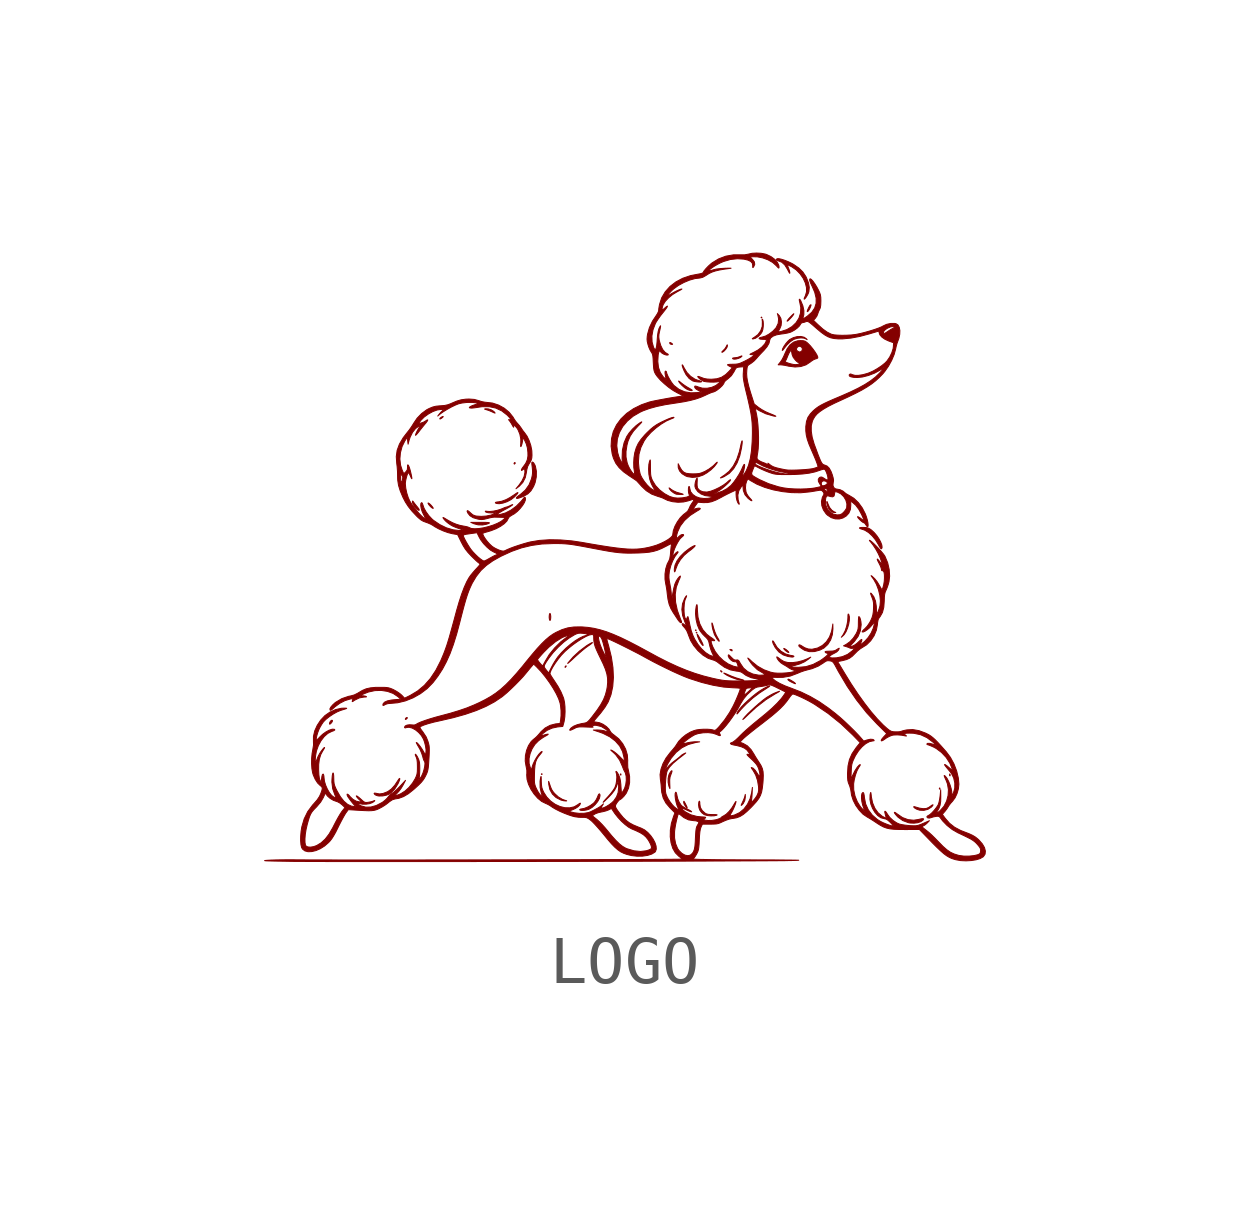
<source format=kicad_sym>
(kicad_symbol_lib
  (version 20220914)
  (generator "bitmap2component")
  (generator_version "9.0")
  (symbol "LOGO"
    (pin_names
      (offset 1.016))
    (property "Reference" "#G"
      (at 0 7.701 0)
      (effects (font (size 1.27 1.27)) hide))
    (symbol "LOGO_0_0"
      (polyline (pts (xy -4.594 -6.03) (xy -4.262 -6.03) (xy -3.92 -6.03) (xy -3.569 -6.03) (xy -3.21 -6.029) (xy -2.846 -6.029) (xy -2.478 -6.029) (xy -2.107 -6.028) (xy -1.736 -6.027) (xy -1.366 -6.027) (xy -0.999 -6.026) (xy -0.636 -6.025) (xy -0.279 -6.025) (xy 0.07 -6.024) (xy 0.41 -6.023) (xy 0.739 -6.022) (xy 1.055 -6.021) (xy 1.357 -6.02) (xy 1.643 -6.019) (xy 1.911 -6.018) (xy 2.16 -6.017) (xy 2.388 -6.016) (xy 2.594 -6.015) (xy 2.775 -6.014) (xy 2.93 -6.013) (xy 3.058 -6.012) (xy 3.156 -6.011) (xy 3.224 -6.009) (xy 3.258 -6.009) (xy 3.334 -6.007) (xy 3.387 -6.005) (xy 3.417 -6.003) (xy 3.422 -6.002) (xy 3.401 -6.001) (xy 3.354 -6) (xy 3.28 -5.999) (xy 3.178 -5.998) (xy 3.047 -5.997) (xy 2.886 -5.996) (xy 2.694 -5.996) (xy 2.471 -5.995) (xy 2.235 -5.994) (xy 2 -5.993) (xy 1.795 -5.992) (xy 1.621 -5.99) (xy 1.478 -5.987) (xy 1.366 -5.985) (xy 1.286 -5.982) (xy 1.237 -5.979) (xy 1.221 -5.976) (xy 1.222 -5.972) (xy 1.235 -5.959) (xy 1.246 -5.95) (xy 1.268 -5.919) (xy 1.295 -5.874) (xy 1.306 -5.853) (xy 1.323 -5.816) (xy 1.334 -5.778) (xy 1.341 -5.731) (xy 1.347 -5.666) (xy 1.351 -5.577) (xy 1.355 -5.5) (xy 1.363 -5.413) (xy 1.374 -5.35) (xy 1.389 -5.308) (xy 1.416 -5.251) (xy 1.575 -5.251) (xy 1.644 -5.25) (xy 1.701 -5.247) (xy 1.747 -5.238) (xy 1.792 -5.221) (xy 1.847 -5.195) (xy 1.849 -5.194) (xy 1.916 -5.166) (xy 1.981 -5.144) (xy 2.031 -5.134) (xy 2.052 -5.132) (xy 2.128 -5.118) (xy 2.197 -5.092) (xy 2.266 -5.05) (xy 2.34 -4.989) (xy 2.427 -4.905) (xy 2.469 -4.861) (xy 2.539 -4.784) (xy 2.59 -4.716) (xy 2.625 -4.651) (xy 2.649 -4.581) (xy 2.664 -4.498) (xy 2.676 -4.394) (xy 2.68 -4.338) (xy 2.684 -4.238) (xy 2.679 -4.157) (xy 2.663 -4.09) (xy 2.634 -4.026) (xy 2.592 -3.959) (xy 2.566 -3.919) (xy 2.522 -3.85) (xy 2.486 -3.788) (xy 2.428 -3.698) (xy 2.352 -3.62) (xy 2.267 -3.571) (xy 2.196 -3.544) (xy 2.266 -3.472) (xy 2.284 -3.456) (xy 2.33 -3.416) (xy 2.395 -3.362) (xy 2.474 -3.299) (xy 2.563 -3.229) (xy 2.656 -3.158) (xy 2.715 -3.112) (xy 2.844 -3.011) (xy 2.949 -2.923) (xy 3.036 -2.844) (xy 3.108 -2.77) (xy 3.168 -2.699) (xy 3.22 -2.627) (xy 3.249 -2.586) (xy 3.279 -2.553) (xy 3.298 -2.54) (xy 3.309 -2.542) (xy 3.35 -2.555) (xy 3.411 -2.58) (xy 3.483 -2.612) (xy 3.561 -2.65) (xy 3.636 -2.689) (xy 3.704 -2.727) (xy 3.754 -2.757) (xy 4.033 -2.945) (xy 4.299 -3.159) (xy 4.545 -3.392) (xy 4.702 -3.554) (xy 4.63 -3.642) (xy 4.614 -3.663) (xy 4.533 -3.783) (xy 4.478 -3.906) (xy 4.448 -4.04) (xy 4.438 -4.193) (xy 4.438 -4.2) (xy 4.439 -4.281) (xy 4.444 -4.34) (xy 4.455 -4.386) (xy 4.472 -4.429) (xy 4.483 -4.455) (xy 4.503 -4.524) (xy 4.514 -4.593) (xy 4.521 -4.646) (xy 4.556 -4.754) (xy 4.61 -4.861) (xy 4.681 -4.96) (xy 4.761 -5.044) (xy 4.847 -5.102) (xy 4.859 -5.109) (xy 4.911 -5.139) (xy 4.974 -5.179) (xy 5.039 -5.222) (xy 5.056 -5.234) (xy 5.125 -5.277) (xy 5.188 -5.31) (xy 5.252 -5.333) (xy 5.323 -5.349) (xy 5.407 -5.358) (xy 5.511 -5.362) (xy 5.642 -5.363) (xy 5.935 -5.362) (xy 6.178 -5.612) (xy 6.203 -5.638) (xy 6.298 -5.733) (xy 6.377 -5.808) (xy 6.443 -5.866) (xy 6.501 -5.909) (xy 6.555 -5.941) (xy 6.609 -5.966) (xy 6.668 -5.985) (xy 6.693 -5.992) (xy 6.795 -6.01) (xy 6.905 -6.015) (xy 7.015 -6.009) (xy 7.116 -5.993) (xy 7.201 -5.967) (xy 7.263 -5.931) (xy 7.267 -5.928) (xy 7.302 -5.876) (xy 7.309 -5.812) (xy 7.29 -5.739) (xy 7.245 -5.662) (xy 7.176 -5.583) (xy 7.156 -5.564) (xy 7.103 -5.521) (xy 7.042 -5.484) (xy 6.966 -5.449) (xy 6.867 -5.411) (xy 6.793 -5.382) (xy 6.667 -5.315) (xy 6.562 -5.232) (xy 6.472 -5.129) (xy 6.412 -5.047) (xy 6.462 -4.99) (xy 6.473 -4.977) (xy 6.51 -4.928) (xy 6.538 -4.883) (xy 6.55 -4.863) (xy 6.585 -4.817) (xy 6.627 -4.771) (xy 6.628 -4.769) (xy 6.678 -4.701) (xy 6.719 -4.612) (xy 6.747 -4.514) (xy 6.757 -4.418) (xy 6.746 -4.293) (xy 6.711 -4.145) (xy 6.655 -3.998) (xy 6.581 -3.861) (xy 6.493 -3.743) (xy 6.468 -3.715) (xy 6.385 -3.621) (xy 6.317 -3.547) (xy 6.262 -3.491) (xy 6.214 -3.448) (xy 6.171 -3.415) (xy 6.129 -3.388) (xy 6.084 -3.365) (xy 6.066 -3.356) (xy 5.927 -3.304) (xy 5.795 -3.281) (xy 5.674 -3.288) (xy 5.638 -3.295) (xy 5.588 -3.307) (xy 5.556 -3.318) (xy 5.537 -3.324) (xy 5.491 -3.329) (xy 5.435 -3.329) (xy 5.394 -3.327) (xy 5.35 -3.318) (xy 5.311 -3.297) (xy 5.262 -3.259) (xy 5.181 -3.186) (xy 5.059 -3.06) (xy 4.928 -2.908) (xy 4.793 -2.734) (xy 4.654 -2.54) (xy 4.515 -2.331) (xy 4.378 -2.109) (xy 4.232 -1.866) (xy 4.329 -1.846) (xy 4.335 -1.845) (xy 4.416 -1.824) (xy 4.479 -1.796) (xy 4.537 -1.754) (xy 4.6 -1.691) (xy 4.647 -1.644) (xy 4.698 -1.603) (xy 4.738 -1.577) (xy 4.834 -1.517) (xy 4.921 -1.431) (xy 4.991 -1.327) (xy 5.039 -1.211) (xy 5.061 -1.092) (xy 5.064 -1.053) (xy 5.076 -0.991) (xy 5.097 -0.952) (xy 5.117 -0.928) (xy 5.165 -0.843) (xy 5.193 -0.735) (xy 5.203 -0.602) (xy 5.205 -0.525) (xy 5.211 -0.466) (xy 5.222 -0.42) (xy 5.24 -0.379) (xy 5.258 -0.338) (xy 5.282 -0.271) (xy 5.301 -0.203) (xy 5.315 -0.087) (xy 5.306 0.051) (xy 5.274 0.192) (xy 5.217 0.328) (xy 5.215 0.331) (xy 5.189 0.369) (xy 5.147 0.42) (xy 5.095 0.478) (xy 5.039 0.537) (xy 4.985 0.591) (xy 4.94 0.632) (xy 4.909 0.655) (xy 4.894 0.661) (xy 4.895 0.653) (xy 4.92 0.625) (xy 4.967 0.566) (xy 5.026 0.477) (xy 5.08 0.379) (xy 5.122 0.284) (xy 5.146 0.216) (xy 5.158 0.174) (xy 5.156 0.16) (xy 5.141 0.173) (xy 5.111 0.211) (xy 5.083 0.248) (xy 5.061 0.27) (xy 5.056 0.265) (xy 5.067 0.234) (xy 5.096 0.178) (xy 5.117 0.136) (xy 5.137 0.087) (xy 5.145 0.053) (xy 5.149 0.03) (xy 5.168 0.026) (xy 5.185 0.021) (xy 5.199 -0.01) (xy 5.206 -0.06) (xy 5.207 -0.123) (xy 5.203 -0.193) (xy 5.192 -0.262) (xy 5.175 -0.326) (xy 5.157 -0.377) (xy 5.106 -0.288) (xy 5.055 -0.204) (xy 5.005 -0.141) (xy 4.95 -0.089) (xy 4.942 -0.083) (xy 4.929 -0.076) (xy 4.936 -0.089) (xy 4.963 -0.126) (xy 4.983 -0.153) (xy 5.039 -0.254) (xy 5.082 -0.368) (xy 5.111 -0.487) (xy 5.122 -0.602) (xy 5.114 -0.701) (xy 5.107 -0.729) (xy 5.091 -0.781) (xy 5.072 -0.829) (xy 5.055 -0.865) (xy 5.043 -0.879) (xy 5.043 -0.878) (xy 5.041 -0.857) (xy 5.04 -0.812) (xy 5.039 -0.753) (xy 5.037 -0.711) (xy 5.02 -0.604) (xy 4.984 -0.513) (xy 4.932 -0.446) (xy 4.922 -0.439) (xy 4.917 -0.443) (xy 4.925 -0.47) (xy 4.945 -0.523) (xy 4.948 -0.53) (xy 4.968 -0.586) (xy 4.978 -0.635) (xy 4.981 -0.691) (xy 4.979 -0.766) (xy 4.975 -0.831) (xy 4.965 -0.895) (xy 4.948 -0.952) (xy 4.92 -1.015) (xy 4.899 -1.054) (xy 4.85 -1.126) (xy 4.8 -1.18) (xy 4.773 -1.204) (xy 4.748 -1.232) (xy 4.742 -1.247) (xy 4.763 -1.25) (xy 4.801 -1.234) (xy 4.847 -1.203) (xy 4.895 -1.163) (xy 4.937 -1.117) (xy 5.003 -1.034) (xy 4.991 -1.107) (xy 4.973 -1.173) (xy 4.93 -1.271) (xy 4.869 -1.364) (xy 4.799 -1.442) (xy 4.77 -1.467) (xy 4.728 -1.499) (xy 4.703 -1.513) (xy 4.697 -1.506) (xy 4.713 -1.478) (xy 4.729 -1.448) (xy 4.738 -1.413) (xy 4.738 -1.412) (xy 4.73 -1.404) (xy 4.707 -1.419) (xy 4.666 -1.457) (xy 4.631 -1.489) (xy 4.581 -1.524) (xy 4.54 -1.544) (xy 4.534 -1.545) (xy 4.498 -1.554) (xy 4.482 -1.555) (xy 4.482 -1.554) (xy 4.495 -1.538) (xy 4.524 -1.506) (xy 4.565 -1.463) (xy 4.581 -1.446) (xy 4.659 -1.339) (xy 4.706 -1.222) (xy 4.722 -1.099) (xy 4.722 -1.096) (xy 4.717 -1.036) (xy 4.706 -0.982) (xy 4.691 -0.943) (xy 4.674 -0.928) (xy 4.673 -0.93) (xy 4.668 -0.954) (xy 4.665 -1.001) (xy 4.664 -1.062) (xy 4.663 -1.131) (xy 4.657 -1.186) (xy 4.643 -1.232) (xy 4.62 -1.282) (xy 4.619 -1.284) (xy 4.559 -1.376) (xy 4.486 -1.454) (xy 4.408 -1.509) (xy 4.355 -1.537) (xy 4.412 -1.554) (xy 4.418 -1.556) (xy 4.461 -1.571) (xy 4.491 -1.585) (xy 4.516 -1.591) (xy 4.556 -1.588) (xy 4.579 -1.583) (xy 4.587 -1.585) (xy 4.576 -1.601) (xy 4.543 -1.636) (xy 4.533 -1.645) (xy 4.441 -1.715) (xy 4.33 -1.763) (xy 4.21 -1.787) (xy 4.198 -1.788) (xy 4.124 -1.79) (xy 4.079 -1.785) (xy 4.062 -1.771) (xy 4.072 -1.748) (xy 4.08 -1.74) (xy 4.116 -1.716) (xy 4.163 -1.692) (xy 4.213 -1.664) (xy 4.251 -1.626) (xy 4.266 -1.588) (xy 4.265 -1.587) (xy 4.249 -1.593) (xy 4.218 -1.613) (xy 4.181 -1.635) (xy 4.133 -1.646) (xy 4.064 -1.649) (xy 4.028 -1.65) (xy 3.987 -1.653) (xy 3.971 -1.66) (xy 3.975 -1.672) (xy 3.986 -1.682) (xy 4.017 -1.693) (xy 4.021 -1.693) (xy 4.036 -1.702) (xy 4.023 -1.726) (xy 3.981 -1.765) (xy 3.911 -1.818) (xy 3.867 -1.848) (xy 3.721 -1.925) (xy 3.571 -1.971) (xy 3.419 -1.985) (xy 3.368 -1.984) (xy 3.306 -1.98) (xy 3.268 -1.973) (xy 3.257 -1.965) (xy 3.274 -1.956) (xy 3.321 -1.947) (xy 3.344 -1.944) (xy 3.443 -1.915) (xy 3.542 -1.87) (xy 3.623 -1.815) (xy 3.672 -1.773) (xy 3.603 -1.807) (xy 3.506 -1.845) (xy 3.398 -1.873) (xy 3.292 -1.887) (xy 3.197 -1.885) (xy 3.122 -1.867) (xy 3.114 -1.863) (xy 3.064 -1.835) (xy 3.016 -1.8) (xy 3.001 -1.788) (xy 2.974 -1.77) (xy 2.963 -1.769) (xy 2.975 -1.804) (xy 3.006 -1.848) (xy 3.05 -1.891) (xy 3.097 -1.923) (xy 3.113 -1.932) (xy 3.17 -1.965) (xy 3.217 -1.997) (xy 3.22 -1.999) (xy 3.271 -2.028) (xy 3.322 -2.046) (xy 3.323 -2.046) (xy 3.357 -2.054) (xy 3.361 -2.061) (xy 3.34 -2.07) (xy 3.324 -2.075) (xy 3.254 -2.09) (xy 3.166 -2.101) (xy 3.071 -2.107) (xy 2.981 -2.107) (xy 2.905 -2.101) (xy 2.833 -2.085) (xy 2.697 -2.036) (xy 2.567 -1.963) (xy 2.455 -1.873) (xy 2.44 -1.859) (xy 2.4 -1.821) (xy 2.372 -1.798) (xy 2.361 -1.792) (xy 2.361 -1.793) (xy 2.372 -1.813) (xy 2.397 -1.851) (xy 2.431 -1.899) (xy 2.461 -1.937) (xy 2.561 -2.034) (xy 2.674 -2.102) (xy 2.676 -2.103) (xy 2.711 -2.123) (xy 2.714 -2.138) (xy 2.685 -2.146) (xy 2.624 -2.149) (xy 2.587 -2.148) (xy 2.467 -2.125) (xy 2.36 -2.075) (xy 2.272 -2.001) (xy 2.205 -1.903) (xy 2.19 -1.874) (xy 2.169 -1.842) (xy 2.149 -1.831) (xy 2.124 -1.833) (xy 2.117 -1.835) (xy 2.089 -1.833) (xy 2.059 -1.815) (xy 2.018 -1.776) (xy 1.994 -1.751) (xy 1.969 -1.728) (xy 1.957 -1.726) (xy 1.954 -1.743) (xy 1.955 -1.755) (xy 1.975 -1.796) (xy 2.011 -1.834) (xy 2.053 -1.862) (xy 2.091 -1.869) (xy 2.112 -1.867) (xy 2.131 -1.881) (xy 2.147 -1.919) (xy 2.15 -1.928) (xy 2.159 -1.964) (xy 2.16 -1.981) (xy 2.151 -1.981) (xy 2.118 -1.975) (xy 2.07 -1.964) (xy 2.057 -1.96) (xy 1.953 -1.915) (xy 1.851 -1.845) (xy 1.759 -1.757) (xy 1.682 -1.656) (xy 1.628 -1.55) (xy 1.615 -1.514) (xy 1.599 -1.464) (xy 1.598 -1.437) (xy 1.612 -1.427) (xy 1.64 -1.429) (xy 1.653 -1.431) (xy 1.671 -1.429) (xy 1.664 -1.415) (xy 1.631 -1.387) (xy 1.57 -1.346) (xy 1.505 -1.295) (xy 1.422 -1.198) (xy 1.361 -1.079) (xy 1.324 -0.941) (xy 1.311 -0.787) (xy 1.311 -0.762) (xy 1.308 -0.705) (xy 1.302 -0.68) (xy 1.294 -0.687) (xy 1.285 -0.725) (xy 1.276 -0.795) (xy 1.273 -0.871) (xy 1.284 -0.986) (xy 1.31 -1.099) (xy 1.349 -1.194) (xy 1.37 -1.229) (xy 1.417 -1.289) (xy 1.468 -1.341) (xy 1.496 -1.367) (xy 1.529 -1.406) (xy 1.548 -1.447) (xy 1.562 -1.506) (xy 1.571 -1.546) (xy 1.593 -1.62) (xy 1.618 -1.682) (xy 1.657 -1.761) (xy 1.617 -1.751) (xy 1.561 -1.73) (xy 1.48 -1.677) (xy 1.399 -1.601) (xy 1.322 -1.506) (xy 1.255 -1.399) (xy 1.218 -1.322) (xy 1.183 -1.224) (xy 1.155 -1.106) (xy 1.144 -1.051) (xy 1.13 -0.99) (xy 1.12 -0.948) (xy 1.114 -0.93) (xy 1.106 -0.935) (xy 1.094 -0.962) (xy 1.079 -1) (xy 1.057 -0.96) (xy 1.052 -0.951) (xy 1.04 -0.9) (xy 1.034 -0.829) (xy 1.033 -0.75) (xy 1.038 -0.671) (xy 1.048 -0.603) (xy 1.064 -0.556) (xy 1.069 -0.546) (xy 1.084 -0.512) (xy 1.087 -0.495) (xy 1.083 -0.496) (xy 1.067 -0.516) (xy 1.045 -0.552) (xy 1.002 -0.661) (xy 0.988 -0.78) (xy 1.004 -0.906) (xy 1.049 -1.035) (xy 1.051 -1.04) (xy 1.071 -1.09) (xy 1.076 -1.119) (xy 1.066 -1.122) (xy 1.042 -1.099) (xy 1.029 -1.086) (xy 1.008 -1.075) (xy 1.001 -1.075) (xy 0.993 -1.09) (xy 1.008 -1.118) (xy 1.043 -1.157) (xy 1.048 -1.162) (xy 1.088 -1.218) (xy 1.118 -1.289) (xy 1.125 -1.311) (xy 1.171 -1.427) (xy 1.234 -1.531) (xy 1.32 -1.635) (xy 1.324 -1.639) (xy 1.428 -1.732) (xy 1.536 -1.798) (xy 1.645 -1.834) (xy 1.666 -1.84) (xy 1.719 -1.868) (xy 1.772 -1.909) (xy 1.877 -1.984) (xy 1.997 -2.038) (xy 2.122 -2.063) (xy 2.167 -2.068) (xy 2.223 -2.083) (xy 2.263 -2.109) (xy 2.325 -2.154) (xy 2.426 -2.199) (xy 2.865 -2.199) (xy 2.876 -2.194) (xy 2.909 -2.193) (xy 2.968 -2.195) (xy 3.093 -2.194) (xy 3.246 -2.167) (xy 3.395 -2.111) (xy 3.463 -2.082) (xy 3.538 -2.056) (xy 3.6 -2.039) (xy 3.7 -2.013) (xy 3.827 -1.961) (xy 3.936 -1.893) (xy 3.953 -1.88) (xy 3.994 -1.855) (xy 4.028 -1.846) (xy 4.071 -1.85) (xy 4.075 -1.851) (xy 4.104 -1.857) (xy 4.127 -1.87) (xy 4.149 -1.894) (xy 4.175 -1.936) (xy 4.21 -2.001) (xy 4.25 -2.075) (xy 4.432 -2.382) (xy 4.627 -2.667) (xy 4.833 -2.928) (xy 5.048 -3.16) (xy 5.255 -3.365) (xy 5.191 -3.433) (xy 5.158 -3.471) (xy 5.139 -3.504) (xy 5.144 -3.517) (xy 5.171 -3.509) (xy 5.22 -3.476) (xy 5.248 -3.456) (xy 5.308 -3.423) (xy 5.361 -3.402) (xy 5.398 -3.395) (xy 5.475 -3.392) (xy 5.56 -3.398) (xy 5.642 -3.413) (xy 5.66 -3.417) (xy 5.665 -3.414) (xy 5.643 -3.396) (xy 5.629 -3.384) (xy 5.622 -3.371) (xy 5.64 -3.361) (xy 5.643 -3.36) (xy 5.677 -3.356) (xy 5.731 -3.355) (xy 5.796 -3.357) (xy 5.821 -3.359) (xy 5.962 -3.389) (xy 6.093 -3.45) (xy 6.215 -3.541) (xy 6.293 -3.612) (xy 6.228 -3.59) (xy 6.196 -3.58) (xy 6.141 -3.568) (xy 6.103 -3.569) (xy 6.09 -3.582) (xy 6.091 -3.588) (xy 6.11 -3.598) (xy 6.11 -3.598) (xy 6.135 -3.605) (xy 6.179 -3.623) (xy 6.233 -3.647) (xy 6.286 -3.676) (xy 6.395 -3.758) (xy 6.492 -3.861) (xy 6.568 -3.979) (xy 6.619 -4.102) (xy 6.623 -4.121) (xy 6.617 -4.124) (xy 6.595 -4.109) (xy 6.553 -4.074) (xy 6.507 -4.035) (xy 6.473 -4.012) (xy 6.459 -4.009) (xy 6.466 -4.027) (xy 6.496 -4.066) (xy 6.51 -4.083) (xy 6.549 -4.13) (xy 6.581 -4.168) (xy 6.603 -4.196) (xy 6.649 -4.29) (xy 6.672 -4.395) (xy 6.671 -4.501) (xy 6.644 -4.6) (xy 6.615 -4.665) (xy 6.608 -4.575) (xy 6.596 -4.51) (xy 6.573 -4.434) (xy 6.543 -4.36) (xy 6.51 -4.297) (xy 6.478 -4.256) (xy 6.464 -4.244) (xy 6.452 -4.237) (xy 6.452 -4.248) (xy 6.465 -4.282) (xy 6.492 -4.341) (xy 6.519 -4.413) (xy 6.539 -4.532) (xy 6.532 -4.654) (xy 6.501 -4.772) (xy 6.446 -4.879) (xy 6.369 -4.967) (xy 6.353 -4.981) (xy 6.312 -5.013) (xy 6.291 -5.022) (xy 6.291 -5.008) (xy 6.313 -4.971) (xy 6.34 -4.926) (xy 6.365 -4.859) (xy 6.378 -4.778) (xy 6.38 -4.675) (xy 6.378 -4.535) (xy 6.367 -4.657) (xy 6.367 -4.657) (xy 6.357 -4.727) (xy 6.344 -4.792) (xy 6.329 -4.84) (xy 6.32 -4.858) (xy 6.287 -4.907) (xy 6.244 -4.962) (xy 6.197 -5.013) (xy 6.153 -5.052) (xy 6.12 -5.072) (xy 6.103 -5.081) (xy 6.09 -5.098) (xy 6.09 -5.1) (xy 6.105 -5.119) (xy 6.138 -5.125) (xy 6.176 -5.116) (xy 6.183 -5.113) (xy 6.226 -5.1) (xy 6.279 -5.09) (xy 6.307 -5.086) (xy 6.338 -5.089) (xy 6.362 -5.107) (xy 6.391 -5.146) (xy 6.418 -5.182) (xy 6.51 -5.277) (xy 6.619 -5.363) (xy 6.737 -5.431) (xy 6.77 -5.446) (xy 6.871 -5.494) (xy 6.948 -5.532) (xy 7.006 -5.562) (xy 7.049 -5.589) (xy 7.083 -5.614) (xy 7.112 -5.64) (xy 7.141 -5.671) (xy 7.169 -5.704) (xy 7.197 -5.742) (xy 7.209 -5.775) (xy 7.21 -5.811) (xy 7.204 -5.847) (xy 7.186 -5.872) (xy 7.146 -5.889) (xy 7.072 -5.906) (xy 6.967 -5.917) (xy 6.858 -5.916) (xy 6.761 -5.903) (xy 6.742 -5.898) (xy 6.658 -5.872) (xy 6.581 -5.836) (xy 6.506 -5.784) (xy 6.426 -5.714) (xy 6.335 -5.621) (xy 6.328 -5.614) (xy 6.261 -5.545) (xy 6.194 -5.479) (xy 6.133 -5.424) (xy 6.085 -5.385) (xy 6.081 -5.382) (xy 6.036 -5.347) (xy 6.004 -5.32) (xy 5.992 -5.305) (xy 5.997 -5.297) (xy 6.021 -5.284) (xy 6.027 -5.282) (xy 6.06 -5.26) (xy 6.097 -5.227) (xy 6.143 -5.179) (xy 6.015 -5.235) (xy 5.957 -5.259) (xy 5.908 -5.276) (xy 5.863 -5.284) (xy 5.811 -5.285) (xy 5.739 -5.282) (xy 5.718 -5.28) (xy 5.641 -5.272) (xy 5.569 -5.261) (xy 5.517 -5.249) (xy 5.465 -5.226) (xy 5.387 -5.175) (xy 5.317 -5.11) (xy 5.267 -5.041) (xy 5.26 -5.028) (xy 5.237 -4.995) (xy 5.221 -4.982) (xy 5.22 -4.982) (xy 5.214 -4.986) (xy 5.214 -5.002) (xy 5.221 -5.035) (xy 5.237 -5.094) (xy 5.247 -5.132) (xy 5.184 -5.099) (xy 5.157 -5.084) (xy 5.074 -5.014) (xy 5.007 -4.92) (xy 4.96 -4.808) (xy 4.934 -4.682) (xy 4.932 -4.654) (xy 4.926 -4.608) (xy 4.922 -4.591) (xy 4.917 -4.599) (xy 4.91 -4.628) (xy 4.907 -4.646) (xy 4.905 -4.737) (xy 4.923 -4.832) (xy 4.959 -4.923) (xy 5.008 -5.005) (xy 5.067 -5.072) (xy 5.133 -5.118) (xy 5.202 -5.137) (xy 5.24 -5.145) (xy 5.281 -5.17) (xy 5.331 -5.216) (xy 5.366 -5.254) (xy 5.388 -5.281) (xy 5.392 -5.292) (xy 5.357 -5.286) (xy 5.301 -5.269) (xy 5.236 -5.245) (xy 5.172 -5.218) (xy 5.119 -5.191) (xy 5.059 -5.154) (xy 4.953 -5.062) (xy 4.871 -4.953) (xy 4.816 -4.832) (xy 4.79 -4.701) (xy 4.785 -4.651) (xy 4.775 -4.606) (xy 4.762 -4.591) (xy 4.758 -4.592) (xy 4.739 -4.611) (xy 4.73 -4.653) (xy 4.729 -4.712) (xy 4.737 -4.782) (xy 4.754 -4.856) (xy 4.779 -4.928) (xy 4.805 -4.99) (xy 4.749 -4.936) (xy 4.708 -4.891) (xy 4.642 -4.786) (xy 4.594 -4.666) (xy 4.567 -4.538) (xy 4.565 -4.411) (xy 4.578 -4.327) (xy 4.603 -4.228) (xy 4.635 -4.139) (xy 4.672 -4.071) (xy 4.686 -4.051) (xy 4.703 -4.02) (xy 4.701 -4.01) (xy 4.68 -4.022) (xy 4.641 -4.064) (xy 4.593 -4.138) (xy 4.547 -4.231) (xy 4.508 -4.323) (xy 4.515 -4.155) (xy 4.515 -4.15) (xy 4.519 -4.073) (xy 4.526 -4.016) (xy 4.538 -3.968) (xy 4.558 -3.917) (xy 4.589 -3.852) (xy 4.604 -3.822) (xy 4.668 -3.723) (xy 4.741 -3.639) (xy 4.818 -3.574) (xy 4.896 -3.532) (xy 4.969 -3.517) (xy 4.992 -3.513) (xy 4.988 -3.5) (xy 4.968 -3.487) (xy 4.915 -3.482) (xy 4.84 -3.499) (xy 4.774 -3.521) (xy 4.713 -3.45) (xy 4.669 -3.401) (xy 4.582 -3.31) (xy 4.481 -3.211) (xy 4.376 -3.111) (xy 4.274 -3.02) (xy 4.184 -2.945) (xy 4.038 -2.832) (xy 3.847 -2.7) (xy 3.659 -2.591) (xy 3.467 -2.498) (xy 3.264 -2.419) (xy 3.139 -2.372) (xy 3.024 -2.319) (xy 2.936 -2.267) (xy 2.877 -2.218) (xy 2.871 -2.211) (xy 2.865 -2.199) (xy 2.426 -2.199) (xy 2.43 -2.201) (xy 2.551 -2.228) (xy 2.662 -2.241) (xy 2.564 -2.256) (xy 2.531 -2.259) (xy 2.462 -2.263) (xy 2.375 -2.267) (xy 2.276 -2.269) (xy 2.174 -2.269) (xy 2.161 -2.269) (xy 2.051 -2.269) (xy 1.964 -2.266) (xy 1.892 -2.261) (xy 1.826 -2.253) (xy 1.757 -2.241) (xy 1.677 -2.224) (xy 1.627 -2.213) (xy 1.441 -2.166) (xy 1.261 -2.111) (xy 1.081 -2.046) (xy 0.897 -1.97) (xy 0.702 -1.88) (xy 0.493 -1.774) (xy 0.263 -1.649) (xy 0.073 -1.546) (xy -0.118 -1.447) (xy -0.289 -1.364) (xy -0.444 -1.297) (xy -0.585 -1.243) (xy -0.716 -1.203) (xy -0.842 -1.173) (xy -0.964 -1.154) (xy -1.086 -1.144) (xy -1.117 -1.143) (xy -1.26 -1.145) (xy -1.386 -1.163) (xy -1.508 -1.2) (xy -1.635 -1.259) (xy -1.696 -1.294) (xy -1.77 -1.346) (xy -1.847 -1.411) (xy -1.931 -1.493) (xy -2.025 -1.594) (xy -2.13 -1.717) (xy -2.219 -1.825) (xy -2.019 -1.825) (xy -2.009 -1.809) (xy -1.98 -1.775) (xy -1.938 -1.727) (xy -1.887 -1.671) (xy -1.782 -1.566) (xy -1.64 -1.449) (xy -1.502 -1.364) (xy -1.368 -1.311) (xy -1.367 -1.311) (xy -1.349 -1.308) (xy -1.357 -1.319) (xy -1.392 -1.345) (xy -1.533 -1.454) (xy -1.662 -1.582) (xy -1.773 -1.719) (xy -1.857 -1.858) (xy -1.882 -1.905) (xy -1.902 -1.94) (xy -1.912 -1.954) (xy -1.913 -1.954) (xy -1.929 -1.94) (xy -1.957 -1.91) (xy -1.986 -1.875) (xy -2.009 -1.843) (xy -2.019 -1.825) (xy -2.219 -1.825) (xy -2.251 -1.864) (xy -2.328 -1.96) (xy -2.454 -2.109) (xy -2.569 -2.237) (xy -2.676 -2.345) (xy -2.779 -2.438) (xy -2.882 -2.519) (xy -2.99 -2.591) (xy -3.104 -2.656) (xy -3.231 -2.72) (xy -3.337 -2.768) (xy -3.488 -2.83) (xy -3.651 -2.886) (xy -3.832 -2.941) (xy -4.038 -2.996) (xy -4.139 -3.023) (xy -4.254 -3.057) (xy -4.358 -3.091) (xy -4.446 -3.123) (xy -4.513 -3.153) (xy -4.553 -3.177) (xy -4.554 -3.178) (xy -4.587 -3.187) (xy -4.636 -3.184) (xy -4.683 -3.181) (xy -4.734 -3.188) (xy -4.772 -3.206) (xy -4.787 -3.231) (xy -4.786 -3.24) (xy -4.773 -3.247) (xy -4.739 -3.238) (xy -4.693 -3.233) (xy -4.628 -3.25) (xy -4.56 -3.287) (xy -4.494 -3.341) (xy -4.436 -3.406) (xy -4.394 -3.478) (xy -4.371 -3.539) (xy -4.35 -3.623) (xy -4.339 -3.701) (xy -4.342 -3.762) (xy -4.352 -3.812) (xy -4.405 -3.717) (xy -4.419 -3.695) (xy -4.45 -3.648) (xy -4.483 -3.604) (xy -4.513 -3.57) (xy -4.535 -3.551) (xy -4.543 -3.553) (xy -4.535 -3.57) (xy -4.515 -3.607) (xy -4.487 -3.655) (xy -4.461 -3.702) (xy -4.431 -3.773) (xy -4.41 -3.837) (xy -4.401 -3.873) (xy -4.388 -3.914) (xy -4.377 -3.934) (xy -4.367 -3.949) (xy -4.361 -3.99) (xy -4.367 -4.049) (xy -4.382 -4.117) (xy -4.403 -4.186) (xy -4.431 -4.249) (xy -4.462 -4.298) (xy -4.495 -4.339) (xy -4.482 -4.29) (xy -4.48 -4.28) (xy -4.475 -4.232) (xy -4.471 -4.167) (xy -4.47 -4.095) (xy -4.471 -4.025) (xy -4.476 -3.965) (xy -4.488 -3.917) (xy -4.508 -3.871) (xy -4.523 -3.841) (xy -4.546 -3.807) (xy -4.561 -3.794) (xy -4.563 -3.795) (xy -4.562 -3.813) (xy -4.548 -3.847) (xy -4.541 -3.861) (xy -4.528 -3.906) (xy -4.521 -3.967) (xy -4.519 -4.054) (xy -4.519 -4.096) (xy -4.521 -4.161) (xy -4.528 -4.21) (xy -4.542 -4.253) (xy -4.564 -4.303) (xy -4.62 -4.395) (xy -4.694 -4.486) (xy -4.777 -4.562) (xy -4.86 -4.615) (xy -4.91 -4.637) (xy -4.957 -4.654) (xy -4.977 -4.653) (xy -4.97 -4.635) (xy -4.936 -4.6) (xy -4.902 -4.563) (xy -4.858 -4.504) (xy -4.82 -4.441) (xy -4.767 -4.339) (xy -4.876 -4.457) (xy -4.901 -4.483) (xy -4.956 -4.537) (xy -5.006 -4.581) (xy -5.044 -4.608) (xy -5.054 -4.614) (xy -5.099 -4.65) (xy -5.131 -4.688) (xy -5.147 -4.709) (xy -5.187 -4.749) (xy -5.235 -4.787) (xy -5.256 -4.801) (xy -5.373 -4.862) (xy -5.486 -4.894) (xy -5.594 -4.897) (xy -5.693 -4.87) (xy -5.729 -4.851) (xy -5.76 -4.831) (xy -5.775 -4.816) (xy -5.769 -4.811) (xy -5.739 -4.819) (xy -5.731 -4.822) (xy -5.664 -4.835) (xy -5.587 -4.835) (xy -5.514 -4.824) (xy -5.459 -4.803) (xy -5.456 -4.802) (xy -5.423 -4.779) (xy -5.407 -4.763) (xy -5.409 -4.758) (xy -5.434 -4.768) (xy -5.445 -4.773) (xy -5.487 -4.785) (xy -5.539 -4.795) (xy -5.559 -4.798) (xy -5.594 -4.8) (xy -5.622 -4.792) (xy -5.653 -4.77) (xy -5.698 -4.729) (xy -5.701 -4.726) (xy -5.743 -4.69) (xy -5.775 -4.667) (xy -5.791 -4.662) (xy -5.79 -4.67) (xy -5.773 -4.696) (xy -5.741 -4.73) (xy -5.68 -4.787) (xy -5.724 -4.787) (xy -5.792 -4.773) (xy -5.861 -4.735) (xy -5.919 -4.68) (xy -5.946 -4.647) (xy -5.971 -4.627) (xy -5.984 -4.628) (xy -5.98 -4.653) (xy -5.965 -4.682) (xy -5.935 -4.725) (xy -5.899 -4.774) (xy -5.861 -4.821) (xy -5.829 -4.857) (xy -5.809 -4.874) (xy -5.808 -4.874) (xy -5.808 -4.88) (xy -5.834 -4.883) (xy -5.892 -4.876) (xy -5.971 -4.84) (xy -6.049 -4.774) (xy -6.123 -4.68) (xy -6.192 -4.56) (xy -6.216 -4.512) (xy -6.24 -4.456) (xy -6.253 -4.41) (xy -6.259 -4.36) (xy -6.261 -4.296) (xy -6.262 -4.247) (xy -6.267 -4.201) (xy -6.275 -4.185) (xy -6.284 -4.2) (xy -6.292 -4.243) (xy -6.298 -4.315) (xy -6.3 -4.376) (xy -6.283 -4.514) (xy -6.237 -4.643) (xy -6.22 -4.678) (xy -6.215 -4.7) (xy -6.23 -4.7) (xy -6.269 -4.681) (xy -6.305 -4.653) (xy -6.351 -4.596) (xy -6.394 -4.522) (xy -6.43 -4.44) (xy -6.455 -4.357) (xy -6.464 -4.282) (xy -6.464 -4.271) (xy -6.47 -4.23) (xy -6.48 -4.209) (xy -6.482 -4.208) (xy -6.497 -4.218) (xy -6.508 -4.259) (xy -6.517 -4.331) (xy -6.521 -4.388) (xy -6.547 -4.339) (xy -6.561 -4.296) (xy -6.571 -4.224) (xy -6.576 -4.123) (xy -6.575 -4.01) (xy -6.561 -3.897) (xy -6.532 -3.803) (xy -6.488 -3.721) (xy -6.48 -3.71) (xy -6.457 -3.671) (xy -6.452 -3.654) (xy -6.464 -3.66) (xy -6.489 -3.688) (xy -6.525 -3.735) (xy -6.556 -3.783) (xy -6.589 -3.845) (xy -6.61 -3.899) (xy -6.611 -3.901) (xy -6.627 -3.948) (xy -6.638 -3.963) (xy -6.645 -3.949) (xy -6.646 -3.906) (xy -6.641 -3.835) (xy -6.622 -3.728) (xy -6.582 -3.616) (xy -6.526 -3.513) (xy -6.459 -3.426) (xy -6.383 -3.36) (xy -6.303 -3.32) (xy -6.261 -3.305) (xy -6.239 -3.289) (xy -6.245 -3.277) (xy -6.281 -3.273) (xy -6.303 -3.276) (xy -6.361 -3.296) (xy -6.428 -3.333) (xy -6.494 -3.381) (xy -6.55 -3.434) (xy -6.575 -3.461) (xy -6.605 -3.49) (xy -6.621 -3.501) (xy -6.621 -3.501) (xy -6.627 -3.485) (xy -6.622 -3.447) (xy -6.61 -3.395) (xy -6.592 -3.337) (xy -6.57 -3.28) (xy -6.552 -3.242) (xy -6.514 -3.176) (xy -6.477 -3.122) (xy -6.476 -3.121) (xy -6.425 -3.069) (xy -6.353 -3.012) (xy -6.272 -2.958) (xy -6.191 -2.913) (xy -6.122 -2.884) (xy -6.078 -2.87) (xy -6.023 -2.853) (xy -5.995 -2.843) (xy -5.992 -2.838) (xy -6.011 -2.836) (xy -6.049 -2.835) (xy -6.105 -2.838) (xy -6.225 -2.866) (xy -6.341 -2.918) (xy -6.444 -2.99) (xy -6.533 -3.084) (xy -6.605 -3.193) (xy -6.657 -3.308) (xy -6.684 -3.423) (xy -6.684 -3.532) (xy -6.682 -3.603) (xy -6.699 -3.708) (xy -6.712 -3.779) (xy -6.722 -3.882) (xy -6.723 -3.992) (xy -6.716 -4.096) (xy -6.701 -4.181) (xy -6.687 -4.227) (xy -6.647 -4.317) (xy -6.598 -4.393) (xy -6.545 -4.445) (xy -6.522 -4.463) (xy -6.504 -4.485) (xy -6.5 -4.513) (xy -6.51 -4.555) (xy -6.533 -4.618) (xy -6.559 -4.675) (xy -6.608 -4.748) (xy -6.679 -4.829) (xy -6.702 -4.854) (xy -6.803 -4.99) (xy -6.877 -5.141) (xy -6.927 -5.311) (xy -6.941 -5.399) (xy -6.95 -5.501) (xy -6.951 -5.556) (xy -6.861 -5.556) (xy -6.854 -5.464) (xy -6.838 -5.364) (xy -6.814 -5.259) (xy -6.789 -5.169) (xy -6.766 -5.096) (xy -6.742 -5.04) (xy -6.713 -4.993) (xy -6.674 -4.947) (xy -6.622 -4.894) (xy -6.611 -4.882) (xy -6.534 -4.791) (xy -6.48 -4.7) (xy -6.436 -4.602) (xy -6.408 -4.644) (xy -6.392 -4.665) (xy -6.338 -4.713) (xy -6.27 -4.754) (xy -6.203 -4.778) (xy -6.184 -4.784) (xy -6.134 -4.811) (xy -6.087 -4.848) (xy -6.027 -4.905) (xy -6.091 -4.986) (xy -6.095 -4.991) (xy -6.127 -5.04) (xy -6.168 -5.109) (xy -6.212 -5.189) (xy -6.255 -5.272) (xy -6.282 -5.326) (xy -6.359 -5.458) (xy -6.439 -5.562) (xy -6.524 -5.64) (xy -6.616 -5.696) (xy -6.679 -5.719) (xy -6.747 -5.73) (xy -6.804 -5.725) (xy -6.841 -5.704) (xy -6.851 -5.685) (xy -6.86 -5.631) (xy -6.861 -5.556) (xy -6.951 -5.556) (xy -6.951 -5.597) (xy -6.944 -5.679) (xy -6.93 -5.738) (xy -6.911 -5.77) (xy -6.862 -5.808) (xy -6.796 -5.825) (xy -6.718 -5.822) (xy -6.631 -5.801) (xy -6.541 -5.762) (xy -6.452 -5.706) (xy -6.369 -5.634) (xy -6.339 -5.602) (xy -6.301 -5.553) (xy -6.263 -5.493) (xy -6.22 -5.417) (xy -6.17 -5.316) (xy -6.153 -5.281) (xy -6.11 -5.197) (xy -6.069 -5.12) (xy -6.034 -5.058) (xy -6.009 -5.018) (xy -5.958 -4.949) (xy -5.8 -4.959) (xy -5.72 -4.964) (xy -5.617 -4.969) (xy -5.537 -4.972) (xy -5.476 -4.97) (xy -5.428 -4.965) (xy -5.387 -4.955) (xy -5.348 -4.941) (xy -5.306 -4.921) (xy -5.249 -4.89) (xy -5.179 -4.845) (xy -5.122 -4.801) (xy -5.101 -4.783) (xy -5.04 -4.743) (xy -4.985 -4.726) (xy -4.906 -4.713) (xy -4.808 -4.677) (xy -4.708 -4.618) (xy -4.6 -4.532) (xy -4.567 -4.503) (xy -4.496 -4.438) (xy -4.443 -4.385) (xy -4.404 -4.338) (xy -4.373 -4.292) (xy -4.345 -4.239) (xy -4.343 -4.235) (xy -4.323 -4.192) (xy -4.309 -4.154) (xy -4.299 -4.111) (xy -4.291 -4.058) (xy -4.285 -3.986) (xy -4.279 -3.889) (xy -4.278 -3.879) (xy -4.273 -3.785) (xy -4.271 -3.714) (xy -4.272 -3.661) (xy -4.276 -3.618) (xy -4.285 -3.577) (xy -4.298 -3.531) (xy -4.335 -3.437) (xy -4.407 -3.328) (xy -4.429 -3.3) (xy -4.457 -3.26) (xy -4.466 -3.235) (xy -4.459 -3.222) (xy -4.448 -3.215) (xy -4.385 -3.188) (xy -4.293 -3.158) (xy -4.175 -3.126) (xy -4.035 -3.095) (xy -3.772 -3.034) (xy -3.518 -2.963) (xy -3.292 -2.885) (xy -3.091 -2.799) (xy -2.915 -2.705) (xy -2.76 -2.601) (xy -2.731 -2.578) (xy -2.655 -2.514) (xy -2.57 -2.435) (xy -2.48 -2.348) (xy -2.394 -2.26) (xy -2.318 -2.179) (xy -2.26 -2.11) (xy -2.228 -2.071) (xy -2.183 -2.016) (xy -2.146 -1.972) (xy -2.098 -1.917) (xy -2.041 -1.972) (xy -2.036 -1.976) (xy -1.877 -1.976) (xy -1.876 -1.95) (xy -1.861 -1.917) (xy -1.832 -1.868) (xy -1.785 -1.799) (xy -1.779 -1.79) (xy -1.692 -1.678) (xy -1.587 -1.566) (xy -1.474 -1.462) (xy -1.358 -1.374) (xy -1.249 -1.308) (xy -1.216 -1.292) (xy -1.172 -1.277) (xy -1.126 -1.273) (xy -1.064 -1.278) (xy -1.046 -1.28) (xy -0.994 -1.29) (xy -0.972 -1.301) (xy -0.982 -1.314) (xy -1.024 -1.327) (xy -1.062 -1.338) (xy -1.143 -1.377) (xy -1.236 -1.434) (xy -1.332 -1.506) (xy -1.428 -1.588) (xy -1.516 -1.676) (xy -1.592 -1.764) (xy -1.592 -1.764) (xy -1.637 -1.829) (xy -1.686 -1.908) (xy -1.726 -1.982) (xy -1.786 -2.104) (xy -1.838 -2.038) (xy -1.843 -2.031) (xy -1.866 -2.001) (xy -1.877 -1.976) (xy -2.036 -1.976) (xy -2.029 -1.984) (xy -1.94 -2.078) (xy -1.852 -2.187) (xy -1.768 -2.303) (xy -1.691 -2.422) (xy -1.626 -2.537) (xy -1.577 -2.641) (xy -1.548 -2.729) (xy -1.538 -2.783) (xy -1.528 -2.887) (xy -1.528 -2.994) (xy -1.537 -3.087) (xy -1.549 -3.154) (xy -1.635 -3.163) (xy -1.645 -3.164) (xy -1.755 -3.193) (xy -1.858 -3.248) (xy -1.943 -3.324) (xy -1.984 -3.373) (xy -2.019 -3.412) (xy -2.046 -3.439) (xy -2.072 -3.462) (xy -2.105 -3.488) (xy -2.149 -3.53) (xy -2.205 -3.614) (xy -2.246 -3.715) (xy -2.27 -3.825) (xy -2.272 -3.887) (xy -2.194 -3.887) (xy -2.172 -3.783) (xy -2.131 -3.682) (xy -2.072 -3.59) (xy -1.998 -3.515) (xy -1.958 -3.485) (xy -1.9 -3.445) (xy -1.852 -3.417) (xy -1.833 -3.407) (xy -1.803 -3.388) (xy -1.795 -3.378) (xy -1.798 -3.376) (xy -1.826 -3.38) (xy -1.873 -3.392) (xy -1.929 -3.412) (xy -1.945 -3.415) (xy -1.94 -3.403) (xy -1.913 -3.371) (xy -1.903 -3.361) (xy -1.818 -3.297) (xy -1.714 -3.251) (xy -1.598 -3.226) (xy -1.492 -3.216) (xy -1.469 -3.134) (xy -1.462 -3.104) (xy -1.449 -3.014) (xy -1.444 -2.911) (xy -1.446 -2.807) (xy -1.456 -2.712) (xy -1.472 -2.638) (xy -1.482 -2.609) (xy -1.53 -2.495) (xy -1.591 -2.383) (xy -1.671 -2.26) (xy -1.692 -2.229) (xy -1.726 -2.177) (xy -1.75 -2.137) (xy -1.758 -2.118) (xy -1.755 -2.096) (xy -1.734 -2.043) (xy -1.697 -1.975) (xy -1.647 -1.897) (xy -1.588 -1.815) (xy -1.524 -1.735) (xy -1.515 -1.726) (xy -1.447 -1.655) (xy -1.365 -1.583) (xy -1.276 -1.512) (xy -1.183 -1.446) (xy -1.093 -1.389) (xy -1.011 -1.343) (xy -0.941 -1.313) (xy -0.89 -1.302) (xy -0.874 -1.303) (xy -0.856 -1.31) (xy -0.848 -1.333) (xy -0.848 -1.349) (xy -0.748 -1.349) (xy -0.738 -1.335) (xy -0.72 -1.339) (xy -0.697 -1.361) (xy -0.675 -1.403) (xy -0.653 -1.471) (xy -0.628 -1.568) (xy -0.627 -1.571) (xy -0.611 -1.645) (xy -0.598 -1.707) (xy -0.591 -1.75) (xy -0.59 -1.768) (xy -0.594 -1.764) (xy -0.611 -1.738) (xy -0.635 -1.692) (xy -0.665 -1.632) (xy -0.686 -1.583) (xy -0.715 -1.51) (xy -0.735 -1.442) (xy -0.747 -1.387) (xy -0.748 -1.349) (xy -0.848 -1.349) (xy -0.847 -1.38) (xy -0.847 -1.384) (xy -0.844 -1.438) (xy -0.835 -1.49) (xy -0.819 -1.548) (xy -0.792 -1.616) (xy -0.753 -1.701) (xy -0.701 -1.809) (xy -0.649 -1.917) (xy -0.603 -2.027) (xy -0.574 -2.123) (xy -0.559 -2.212) (xy -0.557 -2.3) (xy -0.566 -2.395) (xy -0.577 -2.456) (xy -0.604 -2.558) (xy -0.644 -2.659) (xy -0.701 -2.763) (xy -0.777 -2.877) (xy -0.875 -3.006) (xy -0.885 -3.019) (xy -0.93 -3.075) (xy -0.964 -3.111) (xy -0.992 -3.132) (xy -1.02 -3.143) (xy -1.056 -3.15) (xy -1.096 -3.156) (xy -1.191 -3.18) (xy -1.268 -3.212) (xy -1.319 -3.249) (xy -1.325 -3.255) (xy -1.347 -3.285) (xy -1.343 -3.297) (xy -1.314 -3.289) (xy -1.26 -3.264) (xy -1.251 -3.259) (xy -1.215 -3.241) (xy -1.181 -3.231) (xy -1.142 -3.226) (xy -1.088 -3.225) (xy -1.01 -3.228) (xy -0.953 -3.23) (xy -0.899 -3.232) (xy -0.865 -3.231) (xy -0.859 -3.228) (xy -0.869 -3.224) (xy -0.88 -3.209) (xy -0.864 -3.197) (xy -0.826 -3.191) (xy -0.793 -3.193) (xy -0.69 -3.218) (xy -0.598 -3.274) (xy -0.593 -3.278) (xy -0.555 -3.312) (xy -0.545 -3.33) (xy -0.562 -3.33) (xy -0.608 -3.314) (xy -0.635 -3.305) (xy -0.696 -3.294) (xy -0.761 -3.29) (xy -0.855 -3.291) (xy -0.724 -3.335) (xy -0.651 -3.362) (xy -0.511 -3.433) (xy -0.396 -3.521) (xy -0.307 -3.623) (xy -0.247 -3.739) (xy -0.216 -3.866) (xy -0.206 -3.946) (xy -0.303 -3.848) (xy -0.313 -3.837) (xy -0.366 -3.788) (xy -0.417 -3.747) (xy -0.456 -3.722) (xy -0.463 -3.718) (xy -0.488 -3.707) (xy -0.493 -3.708) (xy -0.476 -3.725) (xy -0.435 -3.761) (xy -0.387 -3.808) (xy -0.308 -3.917) (xy -0.25 -4.048) (xy -0.24 -4.075) (xy -0.219 -4.126) (xy -0.2 -4.162) (xy -0.189 -4.183) (xy -0.172 -4.253) (xy -0.169 -4.337) (xy -0.18 -4.425) (xy -0.205 -4.507) (xy -0.242 -4.573) (xy -0.247 -4.58) (xy -0.259 -4.593) (xy -0.267 -4.593) (xy -0.273 -4.573) (xy -0.276 -4.53) (xy -0.281 -4.459) (xy -0.282 -4.432) (xy -0.291 -4.348) (xy -0.305 -4.284) (xy -0.327 -4.229) (xy -0.342 -4.2) (xy -0.365 -4.165) (xy -0.38 -4.152) (xy -0.386 -4.157) (xy -0.38 -4.18) (xy -0.371 -4.211) (xy -0.366 -4.273) (xy -0.371 -4.347) (xy -0.383 -4.42) (xy -0.403 -4.481) (xy -0.411 -4.497) (xy -0.445 -4.55) (xy -0.492 -4.612) (xy -0.544 -4.672) (xy -0.572 -4.702) (xy -0.613 -4.747) (xy -0.641 -4.78) (xy -0.651 -4.795) (xy -0.645 -4.792) (xy -0.621 -4.771) (xy -0.582 -4.734) (xy -0.533 -4.686) (xy -0.47 -4.618) (xy -0.414 -4.545) (xy -0.376 -4.472) (xy -0.347 -4.388) (xy -0.341 -4.37) (xy -0.336 -4.371) (xy -0.332 -4.399) (xy -0.329 -4.457) (xy -0.329 -4.489) (xy -0.339 -4.593) (xy -0.372 -4.682) (xy -0.431 -4.768) (xy -0.47 -4.805) (xy -0.523 -4.845) (xy -0.581 -4.881) (xy -0.634 -4.907) (xy -0.672 -4.917) (xy -0.69 -4.915) (xy -0.691 -4.903) (xy -0.673 -4.872) (xy -0.645 -4.828) (xy -0.685 -4.863) (xy -0.695 -4.871) (xy -0.726 -4.894) (xy -0.768 -4.919) (xy -0.828 -4.951) (xy -0.912 -4.993) (xy -0.96 -5.01) (xy -1.049 -5.025) (xy -1.15 -5.026) (xy -1.254 -5.014) (xy -1.351 -4.989) (xy -1.354 -4.982) (xy -1.332 -4.968) (xy -1.286 -4.95) (xy -1.229 -4.924) (xy -1.175 -4.889) (xy -1.138 -4.851) (xy -1.123 -4.817) (xy -1.125 -4.814) (xy -1.142 -4.819) (xy -1.172 -4.841) (xy -1.173 -4.842) (xy -1.254 -4.89) (xy -1.348 -4.911) (xy -1.448 -4.909) (xy -1.551 -4.883) (xy -1.651 -4.837) (xy -1.744 -4.771) (xy -1.824 -4.688) (xy -1.888 -4.589) (xy -1.91 -4.541) (xy -1.928 -4.488) (xy -1.936 -4.432) (xy -1.94 -4.357) (xy -1.94 -4.329) (xy -1.941 -4.279) (xy -1.944 -4.258) (xy -1.948 -4.263) (xy -1.955 -4.29) (xy -1.965 -4.36) (xy -1.964 -4.487) (xy -1.939 -4.605) (xy -1.909 -4.691) (xy -1.955 -4.648) (xy -1.979 -4.619) (xy -2.013 -4.566) (xy -2.043 -4.507) (xy -2.06 -4.469) (xy -2.072 -4.432) (xy -2.08 -4.395) (xy -2.083 -4.348) (xy -2.083 -4.284) (xy -2.081 -4.195) (xy -2.078 -4.111) (xy -2.07 -4.024) (xy -2.056 -3.955) (xy -2.033 -3.897) (xy -1.999 -3.844) (xy -1.952 -3.786) (xy -1.935 -3.765) (xy -1.921 -3.743) (xy -1.926 -3.737) (xy -1.952 -3.754) (xy -1.993 -3.798) (xy -2.036 -3.859) (xy -2.076 -3.929) (xy -2.11 -4.001) (xy -2.131 -4.066) (xy -2.144 -4.128) (xy -2.172 -4.062) (xy -2.193 -3.985) (xy -2.194 -3.887) (xy -2.272 -3.887) (xy -2.274 -3.937) (xy -2.257 -4.042) (xy -2.255 -4.049) (xy -2.24 -4.13) (xy -2.24 -4.197) (xy -2.243 -4.222) (xy -2.24 -4.266) (xy -2.163 -4.266) (xy -2.161 -4.244) (xy -2.155 -4.245) (xy -2.153 -4.253) (xy -2.155 -4.286) (xy -2.16 -4.289) (xy -2.163 -4.266) (xy -2.24 -4.266) (xy -2.236 -4.318) (xy -2.205 -4.421) (xy -2.155 -4.525) (xy -2.09 -4.623) (xy -2.014 -4.71) (xy -1.931 -4.778) (xy -1.844 -4.821) (xy -1.824 -4.829) (xy -1.77 -4.857) (xy -1.718 -4.892) (xy -1.704 -4.902) (xy -1.637 -4.941) (xy -1.552 -4.984) (xy -1.457 -5.025) (xy -1.362 -5.061) (xy -1.319 -5.075) (xy -0.879 -5.075) (xy -0.826 -5.042) (xy -0.806 -5.031) (xy -0.749 -5.011) (xy -0.687 -4.997) (xy -0.659 -4.992) (xy -0.593 -4.975) (xy -0.539 -4.955) (xy -0.478 -4.924) (xy -0.414 -5.02) (xy -0.407 -5.03) (xy -0.344 -5.11) (xy -0.271 -5.189) (xy -0.194 -5.259) (xy -0.12 -5.315) (xy -0.056 -5.35) (xy 0.028 -5.385) (xy 0.118 -5.428) (xy 0.186 -5.47) (xy 0.238 -5.516) (xy 0.281 -5.569) (xy 0.309 -5.615) (xy 0.337 -5.669) (xy 0.352 -5.711) (xy 0.352 -5.711) (xy 0.356 -5.747) (xy 0.343 -5.768) (xy 0.307 -5.786) (xy 0.248 -5.805) (xy 0.126 -5.82) (xy -0.009 -5.806) (xy -0.154 -5.763) (xy -0.184 -5.75) (xy -0.246 -5.714) (xy -0.312 -5.662) (xy -0.386 -5.59) (xy -0.47 -5.497) (xy -0.568 -5.378) (xy -0.608 -5.33) (xy -0.671 -5.26) (xy -0.732 -5.198) (xy -0.783 -5.152) (xy -0.879 -5.075) (xy -1.319 -5.075) (xy -1.276 -5.088) (xy -1.238 -5.097) (xy -1.158 -5.108) (xy -1.086 -5.11) (xy -1.038 -5.11) (xy -0.997 -5.116) (xy -0.959 -5.134) (xy -0.911 -5.169) (xy -0.881 -5.195) (xy -0.831 -5.246) (xy -0.771 -5.312) (xy -0.705 -5.388) (xy -0.638 -5.468) (xy -0.561 -5.563) (xy -0.48 -5.657) (xy -0.41 -5.729) (xy -0.347 -5.784) (xy -0.287 -5.826) (xy -0.225 -5.857) (xy -0.159 -5.881) (xy -0.062 -5.905) (xy 0.054 -5.918) (xy 0.168 -5.917) (xy 0.273 -5.902) (xy 0.361 -5.874) (xy 0.427 -5.834) (xy 0.439 -5.82) (xy 0.456 -5.77) (xy 0.451 -5.707) (xy 0.428 -5.636) (xy 0.389 -5.561) (xy 0.338 -5.489) (xy 0.277 -5.423) (xy 0.209 -5.369) (xy 0.138 -5.333) (xy 0.078 -5.31) (xy -0.024 -5.267) (xy -0.105 -5.223) (xy -0.173 -5.172) (xy -0.236 -5.111) (xy -0.3 -5.033) (xy -0.34 -4.98) (xy -0.374 -4.93) (xy -0.392 -4.895) (xy -0.395 -4.866) (xy -0.384 -4.838) (xy -0.363 -4.804) (xy -0.347 -4.783) (xy -0.319 -4.751) (xy -0.299 -4.739) (xy -0.284 -4.731) (xy -0.253 -4.705) (xy -0.215 -4.666) (xy -0.169 -4.605) (xy -0.123 -4.502) (xy -0.1 -4.385) (xy -0.1 -4.26) (xy -0.124 -4.135) (xy -0.138 -4.073) (xy -0.141 -3.954) (xy -0.139 -3.933) (xy -0.147 -3.81) (xy -0.183 -3.688) (xy -0.245 -3.574) (xy -0.327 -3.473) (xy -0.428 -3.392) (xy -0.443 -3.382) (xy -0.482 -3.348) (xy -0.504 -3.317) (xy -0.528 -3.275) (xy -0.582 -3.22) (xy -0.651 -3.172) (xy -0.726 -3.139) (xy -0.797 -3.126) (xy -0.798 -3.126) (xy -0.832 -3.122) (xy -0.846 -3.114) (xy -0.839 -3.101) (xy -0.815 -3.069) (xy -0.78 -3.028) (xy -0.701 -2.935) (xy -0.611 -2.814) (xy -0.546 -2.705) (xy -0.488 -2.556) (xy -0.451 -2.384) (xy -0.437 -2.194) (xy -0.447 -1.989) (xy -0.48 -1.771) (xy -0.536 -1.542) (xy -0.547 -1.504) (xy -0.564 -1.445) (xy -0.572 -1.41) (xy -0.572 -1.393) (xy -0.563 -1.389) (xy -0.548 -1.393) (xy -0.525 -1.401) (xy -0.475 -1.424) (xy -0.404 -1.457) (xy -0.319 -1.498) (xy -0.224 -1.545) (xy -0.124 -1.595) (xy -0.025 -1.646) (xy 0.069 -1.694) (xy 0.152 -1.738) (xy 0.22 -1.776) (xy 0.275 -1.806) (xy 0.394 -1.87) (xy 0.525 -1.937) (xy 0.659 -2.003) (xy 0.791 -2.067) (xy 0.915 -2.123) (xy 1.023 -2.17) (xy 1.109 -2.204) (xy 1.158 -2.222) (xy 1.402 -2.3) (xy 1.636 -2.358) (xy 1.856 -2.396) (xy 2.056 -2.411) (xy 2.085 -2.412) (xy 2.144 -2.415) (xy 2.187 -2.419) (xy 2.205 -2.424) (xy 2.205 -2.433) (xy 2.195 -2.468) (xy 2.175 -2.522) (xy 2.164 -2.55) (xy 2.282 -2.55) (xy 2.289 -2.524) (xy 2.303 -2.483) (xy 2.309 -2.466) (xy 2.325 -2.433) (xy 2.35 -2.418) (xy 2.396 -2.413) (xy 2.416 -2.412) (xy 2.447 -2.414) (xy 2.45 -2.422) (xy 2.385 -2.481) (xy 2.334 -2.527) (xy 2.302 -2.552) (xy 2.285 -2.56) (xy 2.282 -2.55) (xy 2.164 -2.55) (xy 2.148 -2.589) (xy 2.117 -2.662) (xy 2.084 -2.734) (xy 2.052 -2.8) (xy 1.981 -2.928) (xy 1.879 -3.08) (xy 1.771 -3.213) (xy 1.736 -3.251) (xy 1.704 -3.282) (xy 1.681 -3.296) (xy 1.659 -3.297) (xy 1.631 -3.288) (xy 1.585 -3.279) (xy 1.514 -3.274) (xy 1.428 -3.275) (xy 1.351 -3.28) (xy 1.287 -3.29) (xy 1.231 -3.307) (xy 1.168 -3.333) (xy 1.155 -3.34) (xy 1.07 -3.391) (xy 0.991 -3.455) (xy 0.924 -3.524) (xy 0.88 -3.59) (xy 0.876 -3.597) (xy 0.849 -3.637) (xy 0.808 -3.688) (xy 0.761 -3.742) (xy 0.743 -3.763) (xy 0.659 -3.874) (xy 0.595 -3.991) (xy 0.553 -4.108) (xy 0.534 -4.219) (xy 0.541 -4.32) (xy 0.548 -4.364) (xy 0.556 -4.432) (xy 0.561 -4.502) (xy 0.644 -4.502) (xy 0.645 -4.412) (xy 0.652 -4.32) (xy 0.661 -4.237) (xy 0.673 -4.171) (xy 0.687 -4.13) (xy 0.731 -4.063) (xy 0.803 -3.985) (xy 0.904 -3.9) (xy 0.923 -3.884) (xy 0.978 -3.842) (xy 1.023 -3.807) (xy 1.05 -3.785) (xy 1.051 -3.784) (xy 1.069 -3.769) (xy 1.064 -3.769) (xy 1.033 -3.784) (xy 1.032 -3.784) (xy 0.991 -3.808) (xy 0.962 -3.833) (xy 0.959 -3.836) (xy 0.933 -3.859) (xy 0.889 -3.894) (xy 0.837 -3.933) (xy 0.834 -3.935) (xy 0.777 -3.98) (xy 0.726 -4.027) (xy 0.692 -4.067) (xy 0.69 -4.069) (xy 0.666 -4.1) (xy 0.654 -4.105) (xy 0.654 -4.087) (xy 0.668 -4.049) (xy 0.694 -3.996) (xy 0.761 -3.884) (xy 0.866 -3.758) (xy 0.987 -3.661) (xy 1.123 -3.592) (xy 1.276 -3.551) (xy 1.359 -3.537) (xy 1.278 -3.535) (xy 1.248 -3.536) (xy 1.175 -3.543) (xy 1.107 -3.556) (xy 1.069 -3.566) (xy 1.03 -3.573) (xy 1.013 -3.575) (xy 1.015 -3.564) (xy 1.038 -3.54) (xy 1.078 -3.507) (xy 1.127 -3.47) (xy 1.18 -3.434) (xy 1.23 -3.403) (xy 1.27 -3.383) (xy 1.333 -3.364) (xy 1.433 -3.348) (xy 1.536 -3.345) (xy 1.632 -3.357) (xy 1.709 -3.382) (xy 1.746 -3.399) (xy 1.781 -3.409) (xy 1.792 -3.4) (xy 1.778 -3.37) (xy 1.777 -3.368) (xy 1.768 -3.342) (xy 1.782 -3.326) (xy 1.81 -3.305) (xy 1.857 -3.257) (xy 1.914 -3.191) (xy 1.976 -3.112) (xy 2.038 -3.026) (xy 2.098 -2.938) (xy 2.151 -2.854) (xy 2.193 -2.778) (xy 2.21 -2.745) (xy 2.273 -2.644) (xy 2.346 -2.555) (xy 2.44 -2.467) (xy 2.46 -2.451) (xy 2.509 -2.416) (xy 2.555 -2.397) (xy 2.616 -2.387) (xy 2.655 -2.382) (xy 2.72 -2.37) (xy 2.771 -2.358) (xy 2.78 -2.355) (xy 2.807 -2.35) (xy 2.835 -2.352) (xy 2.87 -2.364) (xy 2.921 -2.386) (xy 2.992 -2.421) (xy 3.154 -2.502) (xy 3.106 -2.574) (xy 3.06 -2.635) (xy 2.975 -2.73) (xy 2.865 -2.837) (xy 2.732 -2.953) (xy 2.579 -3.078) (xy 2.514 -3.131) (xy 2.424 -3.206) (xy 2.337 -3.282) (xy 2.262 -3.35) (xy 2.205 -3.406) (xy 2.164 -3.448) (xy 2.109 -3.499) (xy 2.064 -3.534) (xy 2.036 -3.55) (xy 2.006 -3.56) (xy 1.999 -3.574) (xy 2.021 -3.59) (xy 2.07 -3.603) (xy 2.131 -3.614) (xy 2.224 -3.639) (xy 2.293 -3.669) (xy 2.344 -3.708) (xy 2.381 -3.757) (xy 2.409 -3.805) (xy 2.365 -3.797) (xy 2.353 -3.796) (xy 2.344 -3.799) (xy 2.352 -3.814) (xy 2.38 -3.844) (xy 2.431 -3.891) (xy 2.475 -3.933) (xy 2.528 -3.99) (xy 2.563 -4.04) (xy 2.587 -4.094) (xy 2.605 -4.159) (xy 2.612 -4.194) (xy 2.615 -4.237) (xy 2.606 -4.25) (xy 2.585 -4.234) (xy 2.554 -4.186) (xy 2.515 -4.128) (xy 2.472 -4.085) (xy 2.434 -4.071) (xy 2.433 -4.073) (xy 2.443 -4.093) (xy 2.467 -4.127) (xy 2.474 -4.136) (xy 2.526 -4.229) (xy 2.564 -4.342) (xy 2.584 -4.463) (xy 2.586 -4.489) (xy 2.587 -4.549) (xy 2.578 -4.596) (xy 2.558 -4.644) (xy 2.55 -4.66) (xy 2.525 -4.699) (xy 2.496 -4.737) (xy 2.467 -4.769) (xy 2.444 -4.79) (xy 2.431 -4.795) (xy 2.433 -4.779) (xy 2.434 -4.775) (xy 2.441 -4.738) (xy 2.447 -4.682) (xy 2.451 -4.616) (xy 2.457 -4.486) (xy 2.442 -4.591) (xy 2.441 -4.596) (xy 2.409 -4.723) (xy 2.354 -4.838) (xy 2.281 -4.935) (xy 2.191 -5.01) (xy 2.09 -5.058) (xy 2.053 -5.069) (xy 2.013 -5.077) (xy 1.993 -5.076) (xy 1.992 -5.074) (xy 1.997 -5.052) (xy 2.016 -5.019) (xy 2.021 -5.012) (xy 2.044 -4.97) (xy 2.069 -4.916) (xy 2.093 -4.859) (xy 2.11 -4.809) (xy 2.116 -4.779) (xy 2.11 -4.782) (xy 2.092 -4.809) (xy 2.067 -4.852) (xy 2.032 -4.909) (xy 1.973 -4.985) (xy 1.911 -5.045) (xy 1.854 -5.081) (xy 1.853 -5.081) (xy 1.821 -5.099) (xy 1.807 -5.114) (xy 1.8 -5.121) (xy 1.77 -5.136) (xy 1.723 -5.153) (xy 1.696 -5.16) (xy 1.613 -5.173) (xy 1.53 -5.175) (xy 1.461 -5.166) (xy 1.447 -5.162) (xy 1.444 -5.152) (xy 1.466 -5.132) (xy 1.473 -5.126) (xy 1.484 -5.114) (xy 1.477 -5.106) (xy 1.447 -5.102) (xy 1.39 -5.099) (xy 1.301 -5.09) (xy 1.175 -5.056) (xy 1.064 -4.997) (xy 1.062 -4.996) (xy 1.012 -4.957) (xy 0.988 -4.931) (xy 0.991 -4.92) (xy 1.021 -4.926) (xy 1.076 -4.951) (xy 1.128 -4.975) (xy 1.17 -4.991) (xy 1.192 -4.995) (xy 1.192 -4.995) (xy 1.187 -4.986) (xy 1.159 -4.967) (xy 1.113 -4.943) (xy 1.066 -4.919) (xy 1.018 -4.891) (xy 0.987 -4.87) (xy 0.974 -4.857) (xy 0.935 -4.799) (xy 0.903 -4.726) (xy 0.885 -4.649) (xy 0.881 -4.627) (xy 0.871 -4.594) (xy 0.861 -4.585) (xy 0.859 -4.586) (xy 0.848 -4.613) (xy 0.847 -4.662) (xy 0.854 -4.725) (xy 0.868 -4.793) (xy 0.887 -4.86) (xy 0.911 -4.916) (xy 0.915 -4.923) (xy 0.92 -4.946) (xy 0.906 -4.947) (xy 0.873 -4.926) (xy 0.824 -4.885) (xy 0.787 -4.845) (xy 0.739 -4.782) (xy 0.699 -4.718) (xy 0.68 -4.68) (xy 0.657 -4.625) (xy 0.646 -4.571) (xy 0.644 -4.502) (xy 0.561 -4.502) (xy 0.569 -4.587) (xy 0.6 -4.706) (xy 0.656 -4.812) (xy 0.742 -4.913) (xy 0.844 -5.015) (xy 0.813 -5.096) (xy 0.77 -5.236) (xy 0.748 -5.377) (xy 0.748 -5.41) (xy 0.836 -5.41) (xy 0.838 -5.39) (xy 0.847 -5.322) (xy 0.86 -5.248) (xy 0.876 -5.174) (xy 0.892 -5.109) (xy 0.906 -5.06) (xy 0.918 -5.035) (xy 0.927 -5.037) (xy 0.954 -5.054) (xy 0.992 -5.085) (xy 1.032 -5.116) (xy 1.127 -5.162) (xy 1.234 -5.178) (xy 1.281 -5.182) (xy 1.319 -5.194) (xy 1.33 -5.2) (xy 1.341 -5.213) (xy 1.336 -5.233) (xy 1.315 -5.271) (xy 1.311 -5.277) (xy 1.297 -5.306) (xy 1.287 -5.342) (xy 1.28 -5.391) (xy 1.275 -5.458) (xy 1.27 -5.552) (xy 1.267 -5.625) (xy 1.26 -5.712) (xy 1.248 -5.776) (xy 1.231 -5.823) (xy 1.207 -5.859) (xy 1.173 -5.889) (xy 1.164 -5.896) (xy 1.113 -5.908) (xy 1.053 -5.896) (xy 0.99 -5.86) (xy 0.932 -5.804) (xy 0.899 -5.757) (xy 0.858 -5.657) (xy 0.836 -5.539) (xy 0.836 -5.41) (xy 0.748 -5.41) (xy 0.746 -5.513) (xy 0.763 -5.64) (xy 0.798 -5.753) (xy 0.852 -5.847) (xy 0.923 -5.918) (xy 0.948 -5.937) (xy 0.98 -5.964) (xy 0.992 -5.979) (xy 0.991 -5.979) (xy 0.968 -5.98) (xy 0.914 -5.981) (xy 0.831 -5.982) (xy 0.722 -5.983) (xy 0.586 -5.984) (xy 0.427 -5.985) (xy 0.246 -5.986) (xy 0.045 -5.987) (xy -0.175 -5.988) (xy -0.413 -5.988) (xy -0.665 -5.989) (xy -0.931 -5.99) (xy -1.209 -5.991) (xy -1.498 -5.992) (xy -1.795 -5.992) (xy -2.099 -5.993) (xy -2.408 -5.994) (xy -2.721 -5.994) (xy -3.035 -5.995) (xy -3.35 -5.995) (xy -3.664 -5.996) (xy -3.974 -5.996) (xy -4.279 -5.996) (xy -4.578 -5.997) (xy -4.869 -5.997) (xy -5.149 -5.997) (xy -5.419 -5.997) (xy -5.675 -5.997) (xy -5.915 -5.997) (xy -6.14 -5.997) (xy -6.346 -5.996) (xy -6.532 -5.996) (xy -6.696 -5.996) (xy -6.837 -5.995) (xy -6.953 -5.994) (xy -7.042 -5.994) (xy -7.105 -5.993) (xy -7.231 -5.993) (xy -7.355 -5.994) (xy -7.469 -5.996) (xy -7.565 -5.999) (xy -7.636 -6.003) (xy -7.65 -6.004) (xy -7.685 -6.007) (xy -7.701 -6.01) (xy -7.696 -6.012) (xy -7.668 -6.015) (xy -7.616 -6.017) (xy -7.538 -6.019) (xy -7.432 -6.021) (xy -7.297 -6.023) (xy -7.132 -6.026) (xy -7.072 -6.027) (xy -6.966 -6.027) (xy -6.831 -6.028) (xy -6.669 -6.029) (xy -6.482 -6.029) (xy -6.27 -6.03) (xy -6.037 -6.03) (xy -5.783 -6.03) (xy -5.51 -6.03) (xy -5.22 -6.03) (xy -4.914 -6.03) (xy -4.594 -6.03)) (stroke (width 0.01) (type default)) (fill (type outline)))
      (polyline (pts (xy -5.24 -4.663) (xy -5.163 -4.647) (xy -5.101 -4.622) (xy -5.069 -4.599) (xy -4.992 -4.52) (xy -4.925 -4.411) (xy -4.916 -4.394) (xy -4.895 -4.344) (xy -4.886 -4.311) (xy -4.888 -4.298) (xy -4.903 -4.309) (xy -4.928 -4.347) (xy -4.991 -4.442) (xy -5.063 -4.521) (xy -5.142 -4.576) (xy -5.232 -4.611) (xy -5.243 -4.613) (xy -5.307 -4.622) (xy -5.364 -4.612) (xy -5.378 -4.608) (xy -5.413 -4.604) (xy -5.421 -4.614) (xy -5.402 -4.637) (xy -5.38 -4.649) (xy -5.34 -4.662) (xy -5.315 -4.665) (xy -5.24 -4.663)) (stroke (width 0.01) (type default)) (fill (type outline)))
      (polyline (pts (xy -6.316 -3.148) (xy -6.293 -3.118) (xy -6.288 -3.093) (xy -6.289 -3.091) (xy -6.303 -3.087) (xy -6.324 -3.101) (xy -6.342 -3.127) (xy -6.35 -3.155) (xy -6.349 -3.167) (xy -6.34 -3.169) (xy -6.316 -3.148)) (stroke (width 0.01) (type default)) (fill (type outline)))
      (polyline (pts (xy -4.746 -3.061) (xy -4.733 -3.047) (xy -4.729 -3.033) (xy -4.74 -3.03) (xy -4.761 -3.043) (xy -4.771 -3.064) (xy -4.766 -3.071) (xy -4.746 -3.061)) (stroke (width 0.01) (type default)) (fill (type outline)))
      (polyline (pts (xy -6.308 -2.87) (xy -6.28 -2.847) (xy -6.234 -2.806) (xy -6.136 -2.734) (xy -6.027 -2.678) (xy -5.919 -2.645) (xy -5.906 -2.642) (xy -5.874 -2.639) (xy -5.864 -2.647) (xy -5.87 -2.671) (xy -5.877 -2.696) (xy -5.87 -2.7) (xy -5.843 -2.681) (xy -5.827 -2.67) (xy -5.729 -2.622) (xy -5.63 -2.604) (xy -5.615 -2.604) (xy -5.583 -2.602) (xy -5.579 -2.597) (xy -5.6 -2.587) (xy -5.64 -2.579) (xy -5.69 -2.58) (xy -5.7 -2.581) (xy -5.708 -2.578) (xy -5.688 -2.564) (xy -5.639 -2.539) (xy -5.538 -2.499) (xy -5.404 -2.47) (xy -5.271 -2.466) (xy -5.142 -2.486) (xy -5.024 -2.529) (xy -4.925 -2.595) (xy -4.862 -2.649) (xy -4.997 -2.66) (xy -5.057 -2.666) (xy -5.145 -2.684) (xy -5.204 -2.711) (xy -5.233 -2.745) (xy -5.239 -2.773) (xy -5.225 -2.78) (xy -5.191 -2.761) (xy -5.185 -2.757) (xy -5.134 -2.741) (xy -5.064 -2.735) (xy -4.929 -2.723) (xy -4.768 -2.684) (xy -4.608 -2.62) (xy -4.456 -2.534) (xy -4.317 -2.429) (xy -4.2 -2.309) (xy -4.191 -2.299) (xy -4.089 -2.165) (xy -3.997 -2.023) (xy -3.915 -1.869) (xy -3.839 -1.699) (xy -3.769 -1.508) (xy -3.702 -1.293) (xy -3.637 -1.05) (xy -3.615 -0.963) (xy -3.575 -0.808) (xy -3.54 -0.678) (xy -3.509 -0.57) (xy -3.48 -0.479) (xy -3.452 -0.401) (xy -3.424 -0.333) (xy -3.395 -0.269) (xy -3.376 -0.23) (xy -3.293 -0.091) (xy -3.198 0.03) (xy -3.084 0.136) (xy -2.948 0.233) (xy -2.784 0.325) (xy -2.772 0.331) (xy -2.556 0.43) (xy -2.349 0.503) (xy -2.141 0.553) (xy -1.926 0.583) (xy -1.693 0.592) (xy -1.681 0.592) (xy -1.596 0.592) (xy -1.521 0.591) (xy -1.451 0.587) (xy -1.38 0.581) (xy -1.304 0.572) (xy -1.217 0.558) (xy -1.114 0.54) (xy -0.99 0.517) (xy -0.839 0.488) (xy -0.796 0.48) (xy -0.648 0.452) (xy -0.523 0.43) (xy -0.417 0.414) (xy -0.324 0.403) (xy -0.236 0.396) (xy -0.149 0.393) (xy -0.057 0.393) (xy 0.047 0.395) (xy 0.068 0.395) (xy 0.199 0.402) (xy 0.306 0.412) (xy 0.399 0.43) (xy 0.484 0.455) (xy 0.57 0.491) (xy 0.665 0.539) (xy 0.712 0.564) (xy 0.753 0.582) (xy 0.773 0.585) (xy 0.774 0.574) (xy 0.772 0.568) (xy 0.765 0.531) (xy 0.759 0.474) (xy 0.753 0.407) (xy 0.748 0.35) (xy 0.735 0.274) (xy 0.716 0.228) (xy 0.683 0.166) (xy 0.653 0.069) (xy 0.637 -0.04) (xy 0.637 -0.15) (xy 0.653 -0.252) (xy 0.655 -0.26) (xy 0.665 -0.313) (xy 0.676 -0.382) (xy 0.684 -0.456) (xy 0.699 -0.568) (xy 0.723 -0.671) (xy 0.759 -0.76) (xy 0.808 -0.845) (xy 0.838 -0.89) (xy 0.877 -0.95) (xy 0.908 -0.997) (xy 0.92 -1.014) (xy 0.949 -1.046) (xy 0.971 -1.058) (xy 0.982 -1.055) (xy 0.982 -1.037) (xy 0.967 -0.997) (xy 0.961 -0.985) (xy 0.894 -0.8) (xy 0.857 -0.628) (xy 0.85 -0.467) (xy 0.872 -0.316) (xy 0.925 -0.175) (xy 0.942 -0.14) (xy 0.957 -0.099) (xy 0.956 -0.084) (xy 0.938 -0.096) (xy 0.905 -0.135) (xy 0.873 -0.184) (xy 0.843 -0.251) (xy 0.82 -0.337) (xy 0.799 -0.448) (xy 0.789 -0.51) (xy 0.78 -0.568) (xy 0.773 -0.597) (xy 0.77 -0.597) (xy 0.769 -0.572) (xy 0.77 -0.521) (xy 0.77 -0.504) (xy 0.766 -0.431) (xy 0.756 -0.346) (xy 0.741 -0.264) (xy 0.74 -0.257) (xy 0.725 -0.178) (xy 0.719 -0.117) (xy 0.72 -0.059) (xy 0.727 0.007) (xy 0.732 0.034) (xy 0.757 0.131) (xy 0.795 0.229) (xy 0.84 0.316) (xy 0.887 0.381) (xy 0.892 0.387) (xy 0.911 0.414) (xy 0.904 0.423) (xy 0.898 0.422) (xy 0.87 0.404) (xy 0.838 0.37) (xy 0.795 0.318) (xy 0.805 0.383) (xy 0.812 0.413) (xy 0.835 0.481) (xy 0.868 0.555) (xy 0.906 0.625) (xy 0.944 0.684) (xy 0.978 0.72) (xy 0.985 0.725) (xy 1.014 0.751) (xy 1.026 0.768) (xy 1.019 0.78) (xy 0.994 0.781) (xy 0.961 0.767) (xy 0.928 0.741) (xy 0.922 0.734) (xy 0.892 0.707) (xy 0.877 0.706) (xy 0.875 0.733) (xy 0.886 0.788) (xy 0.899 0.834) (xy 0.956 0.958) (xy 1.043 1.072) (xy 1.16 1.177) (xy 1.304 1.27) (xy 1.32 1.278) (xy 1.359 1.303) (xy 1.373 1.318) (xy 1.363 1.328) (xy 1.363 1.328) (xy 1.328 1.33) (xy 1.284 1.321) (xy 1.279 1.319) (xy 1.244 1.309) (xy 1.226 1.308) (xy 1.228 1.316) (xy 1.244 1.343) (xy 1.271 1.383) (xy 1.322 1.453) (xy 1.43 1.445) (xy 1.435 1.445) (xy 1.522 1.446) (xy 1.606 1.463) (xy 1.698 1.498) (xy 1.805 1.553) (xy 1.859 1.583) (xy 1.935 1.622) (xy 2.007 1.657) (xy 2.117 1.708) (xy 2.117 1.619) (xy 2.121 1.558) (xy 2.134 1.493) (xy 2.155 1.44) (xy 2.178 1.411) (xy 2.181 1.41) (xy 2.182 1.426) (xy 2.172 1.462) (xy 2.16 1.506) (xy 2.154 1.602) (xy 2.175 1.693) (xy 2.223 1.771) (xy 2.262 1.815) (xy 2.263 1.754) (xy 2.269 1.695) (xy 2.303 1.609) (xy 2.367 1.534) (xy 2.4 1.508) (xy 2.431 1.487) (xy 2.446 1.484) (xy 2.439 1.5) (xy 2.409 1.534) (xy 2.398 1.545) (xy 2.36 1.594) (xy 2.334 1.639) (xy 2.323 1.673) (xy 2.313 1.749) (xy 2.318 1.827) (xy 2.337 1.891) (xy 2.363 1.94) (xy 2.415 1.905) (xy 2.552 1.828) (xy 2.714 1.762) (xy 2.893 1.71) (xy 3.082 1.674) (xy 3.274 1.653) (xy 3.462 1.65) (xy 3.639 1.667) (xy 3.682 1.673) (xy 3.754 1.685) (xy 3.814 1.695) (xy 3.851 1.701) (xy 3.864 1.703) (xy 3.9 1.699) (xy 3.929 1.67) (xy 3.943 1.647) (xy 3.948 1.621) (xy 3.933 1.592) (xy 3.913 1.553) (xy 3.899 1.487) (xy 3.978 1.487) (xy 3.985 1.543) (xy 4 1.577) (xy 4.025 1.587) (xy 4.065 1.577) (xy 4.077 1.572) (xy 4.128 1.565) (xy 4.158 1.584) (xy 4.168 1.628) (xy 4.17 1.658) (xy 4.182 1.671) (xy 4.213 1.668) (xy 4.227 1.664) (xy 4.298 1.628) (xy 4.359 1.57) (xy 4.403 1.497) (xy 4.425 1.418) (xy 4.421 1.341) (xy 4.417 1.328) (xy 4.392 1.286) (xy 4.356 1.243) (xy 4.321 1.212) (xy 4.281 1.193) (xy 4.229 1.189) (xy 4.217 1.189) (xy 4.136 1.208) (xy 4.068 1.253) (xy 4.016 1.319) (xy 3.984 1.398) (xy 3.978 1.487) (xy 3.899 1.487) (xy 3.895 1.47) (xy 3.903 1.38) (xy 3.936 1.292) (xy 3.992 1.211) (xy 4.021 1.183) (xy 4.099 1.132) (xy 4.183 1.106) (xy 4.266 1.104) (xy 4.343 1.125) (xy 4.411 1.166) (xy 4.465 1.225) (xy 4.498 1.302) (xy 4.506 1.395) (xy 4.502 1.478) (xy 4.545 1.447) (xy 4.608 1.392) (xy 4.672 1.307) (xy 4.733 1.194) (xy 4.739 1.179) (xy 4.763 1.125) (xy 4.78 1.085) (xy 4.787 1.067) (xy 4.782 1.067) (xy 4.758 1.082) (xy 4.722 1.109) (xy 4.697 1.128) (xy 4.664 1.148) (xy 4.647 1.152) (xy 4.647 1.147) (xy 4.661 1.124) (xy 4.689 1.093) (xy 4.723 1.061) (xy 4.755 1.036) (xy 4.777 1.026) (xy 4.797 1.015) (xy 4.819 0.985) (xy 4.833 0.962) (xy 4.853 0.942) (xy 4.864 0.949) (xy 4.867 0.977) (xy 4.863 1.024) (xy 4.85 1.085) (xy 4.828 1.158) (xy 4.81 1.207) (xy 4.745 1.334) (xy 4.664 1.445) (xy 4.57 1.535) (xy 4.468 1.597) (xy 4.451 1.606) (xy 4.407 1.631) (xy 4.379 1.654) (xy 4.344 1.684) (xy 4.282 1.714) (xy 4.218 1.726) (xy 4.188 1.731) (xy 4.151 1.759) (xy 4.134 1.806) (xy 4.14 1.865) (xy 4.143 1.875) (xy 4.147 1.913) (xy 4.139 1.96) (xy 4.12 2.026) (xy 4.095 2.093) (xy 4.056 2.163) (xy 4.012 2.206) (xy 3.959 2.228) (xy 3.947 2.231) (xy 3.93 2.239) (xy 3.914 2.253) (xy 3.897 2.277) (xy 3.877 2.315) (xy 3.854 2.37) (xy 3.824 2.445) (xy 3.788 2.544) (xy 3.741 2.67) (xy 3.74 2.675) (xy 3.702 2.806) (xy 3.683 2.931) (xy 3.683 3.044) (xy 3.705 3.138) (xy 3.723 3.18) (xy 3.757 3.237) (xy 3.802 3.29) (xy 3.863 3.341) (xy 3.941 3.394) (xy 4.04 3.451) (xy 4.163 3.513) (xy 4.315 3.583) (xy 4.445 3.643) (xy 4.6 3.718) (xy 4.731 3.786) (xy 4.843 3.852) (xy 4.939 3.916) (xy 5.023 3.982) (xy 5.1 4.052) (xy 5.174 4.128) (xy 5.215 4.178) (xy 5.292 4.288) (xy 5.358 4.409) (xy 5.409 4.53) (xy 5.439 4.64) (xy 5.45 4.692) (xy 5.468 4.759) (xy 5.487 4.811) (xy 5.507 4.865) (xy 5.525 4.949) (xy 5.528 5.028) (xy 5.515 5.096) (xy 5.488 5.145) (xy 5.447 5.171) (xy 5.422 5.176) (xy 5.338 5.176) (xy 5.251 5.157) (xy 5.176 5.122) (xy 5.148 5.106) (xy 5.085 5.08) (xy 5.003 5.051) (xy 4.908 5.021) (xy 4.809 4.993) (xy 4.712 4.968) (xy 4.624 4.95) (xy 4.6 4.946) (xy 4.516 4.936) (xy 4.422 4.931) (xy 4.325 4.929) (xy 4.236 4.932) (xy 4.162 4.938) (xy 4.111 4.949) (xy 4.093 4.955) (xy 4.011 4.997) (xy 3.922 5.061) (xy 3.822 5.151) (xy 3.728 5.241) (xy 3.768 5.284) (xy 3.768 5.284) (xy 3.8 5.33) (xy 3.819 5.378) (xy 3.834 5.423) (xy 3.857 5.47) (xy 3.871 5.502) (xy 3.88 5.559) (xy 3.883 5.641) (xy 3.883 5.653) (xy 3.881 5.721) (xy 3.873 5.773) (xy 3.856 5.822) (xy 3.826 5.883) (xy 3.799 5.934) (xy 3.758 6) (xy 3.719 6.055) (xy 3.685 6.092) (xy 3.662 6.106) (xy 3.65 6.099) (xy 3.65 6.071) (xy 3.668 6.019) (xy 3.704 5.943) (xy 3.755 5.825) (xy 3.784 5.704) (xy 3.784 5.595) (xy 3.754 5.497) (xy 3.694 5.409) (xy 3.604 5.33) (xy 3.587 5.318) (xy 3.541 5.288) (xy 3.516 5.278) (xy 3.509 5.288) (xy 3.517 5.317) (xy 3.528 5.358) (xy 3.529 5.445) (xy 3.508 5.543) (xy 3.465 5.646) (xy 3.465 5.647) (xy 3.445 5.678) (xy 3.434 5.679) (xy 3.434 5.655) (xy 3.445 5.607) (xy 3.465 5.506) (xy 3.459 5.392) (xy 3.426 5.285) (xy 3.366 5.191) (xy 3.281 5.11) (xy 3.175 5.048) (xy 3.049 5.007) (xy 3.017 5.002) (xy 3 5.005) (xy 3.004 5.025) (xy 3.028 5.067) (xy 3.055 5.133) (xy 3.062 5.208) (xy 3.05 5.28) (xy 3.019 5.336) (xy 2.977 5.381) (xy 2.989 5.341) (xy 3.003 5.269) (xy 2.994 5.177) (xy 2.954 5.093) (xy 2.947 5.083) (xy 2.886 5.017) (xy 2.811 4.959) (xy 2.732 4.914) (xy 2.66 4.892) (xy 2.633 4.886) (xy 2.6 4.873) (xy 2.597 4.859) (xy 2.623 4.849) (xy 2.676 4.845) (xy 2.718 4.844) (xy 2.745 4.836) (xy 2.747 4.814) (xy 2.728 4.772) (xy 2.711 4.745) (xy 2.654 4.684) (xy 2.576 4.624) (xy 2.483 4.573) (xy 2.463 4.564) (xy 2.422 4.544) (xy 2.406 4.533) (xy 2.413 4.528) (xy 2.441 4.527) (xy 2.449 4.527) (xy 2.48 4.525) (xy 2.485 4.516) (xy 2.466 4.493) (xy 2.457 4.485) (xy 2.42 4.459) (xy 2.365 4.426) (xy 2.301 4.393) (xy 2.272 4.379) (xy 2.211 4.351) (xy 2.161 4.335) (xy 2.112 4.328) (xy 2.052 4.326) (xy 2.047 4.326) (xy 1.992 4.325) (xy 1.952 4.321) (xy 1.938 4.315) (xy 1.938 4.314) (xy 1.955 4.299) (xy 1.989 4.28) (xy 2.041 4.255) (xy 1.97 4.178) (xy 1.902 4.112) (xy 1.814 4.055) (xy 1.718 4.024) (xy 1.604 4.014) (xy 1.598 4.014) (xy 1.516 4.018) (xy 1.453 4.029) (xy 1.396 4.05) (xy 1.366 4.062) (xy 1.332 4.073) (xy 1.319 4.072) (xy 1.328 4.053) (xy 1.358 4.024) (xy 1.399 3.994) (xy 1.441 3.972) (xy 1.454 3.968) (xy 1.507 3.96) (xy 1.576 3.955) (xy 1.649 3.954) (xy 1.715 3.958) (xy 1.762 3.966) (xy 1.799 3.977) (xy 1.76 3.934) (xy 1.697 3.884) (xy 1.609 3.845) (xy 1.512 3.826) (xy 1.415 3.828) (xy 1.328 3.854) (xy 1.316 3.859) (xy 1.28 3.871) (xy 1.26 3.871) (xy 1.255 3.864) (xy 1.259 3.837) (xy 1.288 3.807) (xy 1.337 3.778) (xy 1.405 3.748) (xy 1.311 3.736) (xy 1.176 3.731) (xy 1.045 3.753) (xy 0.928 3.804) (xy 0.824 3.884) (xy 0.809 3.901) (xy 0.771 3.951) (xy 0.734 4.011) (xy 0.7 4.073) (xy 0.677 4.127) (xy 0.667 4.164) (xy 0.666 4.172) (xy 0.651 4.184) (xy 0.65 4.184) (xy 0.638 4.171) (xy 0.638 4.132) (xy 0.65 4.064) (xy 0.665 4.002) (xy 0.609 4.056) (xy 0.596 4.069) (xy 0.538 4.155) (xy 0.501 4.262) (xy 0.487 4.386) (xy 0.495 4.522) (xy 0.503 4.562) (xy 0.517 4.599) (xy 0.532 4.607) (xy 0.547 4.585) (xy 0.549 4.581) (xy 0.576 4.556) (xy 0.618 4.533) (xy 0.663 4.518) (xy 0.696 4.518) (xy 0.706 4.524) (xy 0.7 4.536) (xy 0.667 4.556) (xy 0.639 4.574) (xy 0.589 4.633) (xy 0.548 4.717) (xy 0.518 4.821) (xy 0.515 4.835) (xy 0.508 4.894) (xy 0.511 4.948) (xy 0.525 5.016) (xy 0.537 5.069) (xy 0.544 5.109) (xy 0.545 5.127) (xy 0.542 5.126) (xy 0.53 5.107) (xy 0.512 5.07) (xy 0.51 5.065) (xy 0.495 5.01) (xy 0.482 4.93) (xy 0.474 4.832) (xy 0.472 4.795) (xy 0.463 4.709) (xy 0.451 4.655) (xy 0.437 4.632) (xy 0.419 4.641) (xy 0.398 4.68) (xy 0.368 4.79) (xy 0.364 4.915) (xy 0.387 5.044) (xy 0.436 5.173) (xy 0.456 5.209) (xy 0.496 5.27) (xy 0.545 5.339) (xy 0.599 5.407) (xy 0.631 5.447) (xy 0.669 5.498) (xy 0.687 5.529) (xy 0.686 5.538) (xy 0.664 5.524) (xy 0.622 5.487) (xy 0.595 5.465) (xy 0.578 5.462) (xy 0.576 5.486) (xy 0.589 5.538) (xy 0.599 5.567) (xy 0.644 5.638) (xy 0.712 5.71) (xy 0.795 5.778) (xy 0.889 5.835) (xy 0.904 5.843) (xy 0.951 5.868) (xy 0.982 5.886) (xy 0.989 5.893) (xy 0.972 5.891) (xy 0.929 5.876) (xy 0.874 5.851) (xy 0.817 5.822) (xy 0.767 5.793) (xy 0.74 5.776) (xy 0.705 5.758) (xy 0.688 5.754) (xy 0.688 5.757) (xy 0.702 5.778) (xy 0.733 5.814) (xy 0.776 5.859) (xy 0.819 5.897) (xy 0.917 5.968) (xy 1.03 6.029) (xy 1.147 6.078) (xy 1.261 6.11) (xy 1.363 6.122) (xy 1.364 6.122) (xy 1.423 6.137) (xy 1.494 6.177) (xy 1.5 6.182) (xy 1.556 6.217) (xy 1.615 6.245) (xy 1.683 6.268) (xy 1.767 6.288) (xy 1.871 6.306) (xy 2.003 6.324) (xy 2.012 6.326) (xy 1.994 6.327) (xy 1.952 6.327) (xy 1.889 6.325) (xy 1.789 6.319) (xy 1.703 6.308) (xy 1.639 6.292) (xy 1.611 6.283) (xy 1.572 6.273) (xy 1.553 6.273) (xy 1.554 6.281) (xy 1.574 6.303) (xy 1.613 6.334) (xy 1.667 6.37) (xy 1.729 6.406) (xy 1.793 6.439) (xy 1.856 6.466) (xy 2 6.508) (xy 2.145 6.524) (xy 2.281 6.515) (xy 2.364 6.495) (xy 2.423 6.467) (xy 2.456 6.429) (xy 2.464 6.38) (xy 2.464 6.379) (xy 2.463 6.345) (xy 2.469 6.339) (xy 2.484 6.357) (xy 2.506 6.407) (xy 2.497 6.46) (xy 2.456 6.513) (xy 2.405 6.559) (xy 2.46 6.565) (xy 2.559 6.563) (xy 2.672 6.541) (xy 2.782 6.501) (xy 2.879 6.446) (xy 2.954 6.379) (xy 2.982 6.348) (xy 3.002 6.329) (xy 3.01 6.331) (xy 3.012 6.351) (xy 3.007 6.386) (xy 2.976 6.45) (xy 2.92 6.512) (xy 2.844 6.568) (xy 2.752 6.612) (xy 2.728 6.62) (xy 2.641 6.637) (xy 2.544 6.642) (xy 2.449 6.637) (xy 2.372 6.619) (xy 2.296 6.605) (xy 2.192 6.605) (xy 2.064 6.605) (xy 1.904 6.577) (xy 1.753 6.52) (xy 1.617 6.437) (xy 1.597 6.421) (xy 1.541 6.371) (xy 1.49 6.318) (xy 1.45 6.27) (xy 1.429 6.233) (xy 1.413 6.223) (xy 1.373 6.211) (xy 1.318 6.201) (xy 1.169 6.172) (xy 1.007 6.117) (xy 0.864 6.041) (xy 0.741 5.946) (xy 0.642 5.835) (xy 0.568 5.71) (xy 0.523 5.572) (xy 0.517 5.539) (xy 0.508 5.484) (xy 0.505 5.446) (xy 0.5 5.423) (xy 0.478 5.378) (xy 0.447 5.33) (xy 0.377 5.225) (xy 0.312 5.088) (xy 0.274 4.952) (xy 0.267 4.906) (xy 0.263 4.85) (xy 0.268 4.798) (xy 0.283 4.736) (xy 0.299 4.685) (xy 0.325 4.625) (xy 0.349 4.583) (xy 0.361 4.566) (xy 0.375 4.537) (xy 0.384 4.498) (xy 0.389 4.443) (xy 0.393 4.363) (xy 0.396 4.308) (xy 0.401 4.243) (xy 0.409 4.196) (xy 0.422 4.157) (xy 0.442 4.119) (xy 0.477 4.07) (xy 0.543 3.995) (xy 0.626 3.918) (xy 0.717 3.843) (xy 0.81 3.778) (xy 0.897 3.729) (xy 0.93 3.713) (xy 0.98 3.687) (xy 1.012 3.67) (xy 1.02 3.663) (xy 1.013 3.663) (xy 0.967 3.659) (xy 0.899 3.649) (xy 0.813 3.636) (xy 0.717 3.62) (xy 0.618 3.602) (xy 0.521 3.584) (xy 0.433 3.567) (xy 0.362 3.552) (xy 0.313 3.54) (xy 0.15 3.484) (xy -0.017 3.402) (xy -0.161 3.303) (xy -0.28 3.189) (xy -0.373 3.062) (xy -0.44 2.924) (xy -0.477 2.776) (xy -0.485 2.629) (xy -0.367 2.629) (xy -0.355 2.769) (xy -0.313 2.903) (xy -0.243 3.029) (xy -0.147 3.143) (xy -0.025 3.245) (xy 0.12 3.329) (xy 0.181 3.357) (xy 0.313 3.405) (xy 0.466 3.447) (xy 0.642 3.484) (xy 0.847 3.516) (xy 0.881 3.521) (xy 1.036 3.546) (xy 1.167 3.573) (xy 1.28 3.603) (xy 1.381 3.638) (xy 1.477 3.68) (xy 1.505 3.694) (xy 1.563 3.72) (xy 1.607 3.738) (xy 1.63 3.745) (xy 1.635 3.745) (xy 1.676 3.76) (xy 1.726 3.791) (xy 1.779 3.833) (xy 1.826 3.878) (xy 1.859 3.921) (xy 1.872 3.954) (xy 1.881 3.967) (xy 1.91 3.994) (xy 1.952 4.027) (xy 2.019 4.088) (xy 2.075 4.173) (xy 2.081 4.186) (xy 2.105 4.23) (xy 2.126 4.254) (xy 2.154 4.264) (xy 2.197 4.269) (xy 2.276 4.274) (xy 2.268 4.152) (xy 2.267 4.13) (xy 2.337 4.13) (xy 2.341 4.205) (xy 2.347 4.256) (xy 2.357 4.29) (xy 2.379 4.314) (xy 2.419 4.339) (xy 2.44 4.353) (xy 2.496 4.398) (xy 2.543 4.448) (xy 2.571 4.481) (xy 2.622 4.537) (xy 2.673 4.59) (xy 2.695 4.612) (xy 2.761 4.691) (xy 2.802 4.762) (xy 2.817 4.821) (xy 2.817 4.832) (xy 2.839 4.875) (xy 2.889 4.912) (xy 2.961 4.939) (xy 3.053 4.955) (xy 3.114 4.963) (xy 3.186 4.976) (xy 3.243 4.991) (xy 3.273 5.004) (xy 3.334 5.038) (xy 3.391 5.08) (xy 3.436 5.124) (xy 3.46 5.162) (xy 3.471 5.18) (xy 3.501 5.194) (xy 3.53 5.198) (xy 3.572 5.213) (xy 3.586 5.218) (xy 3.604 5.218) (xy 3.627 5.209) (xy 3.659 5.187) (xy 3.705 5.149) (xy 3.77 5.092) (xy 3.8 5.066) (xy 3.888 4.992) (xy 3.962 4.938) (xy 4.028 4.9) (xy 4.091 4.876) (xy 4.159 4.862) (xy 4.237 4.855) (xy 4.34 4.855) (xy 4.509 4.871) (xy 4.695 4.906) (xy 4.894 4.959) (xy 4.964 4.98) (xy 5.025 4.998) (xy 5.068 5.011) (xy 5.087 5.015) (xy 5.092 5.01) (xy 5.096 4.989) (xy 5.184 4.989) (xy 5.196 5.017) (xy 5.228 5.05) (xy 5.275 5.08) (xy 5.276 5.08) (xy 5.339 5.106) (xy 5.386 5.111) (xy 5.414 5.096) (xy 5.416 5.089) (xy 5.402 5.08) (xy 5.383 5.074) (xy 5.344 5.053) (xy 5.296 5.023) (xy 5.268 5.004) (xy 5.231 4.98) (xy 5.21 4.969) (xy 5.198 4.969) (xy 5.189 4.976) (xy 5.184 4.989) (xy 5.096 4.989) (xy 5.096 4.986) (xy 5.096 4.984) (xy 5.112 4.939) (xy 5.154 4.891) (xy 5.215 4.848) (xy 5.292 4.812) (xy 5.397 4.774) (xy 5.393 4.698) (xy 5.388 4.654) (xy 5.36 4.566) (xy 5.316 4.475) (xy 5.259 4.393) (xy 5.219 4.352) (xy 5.147 4.294) (xy 5.06 4.236) (xy 4.969 4.184) (xy 4.882 4.146) (xy 4.854 4.136) (xy 4.758 4.109) (xy 4.668 4.095) (xy 4.593 4.095) (xy 4.539 4.109) (xy 4.521 4.118) (xy 4.495 4.124) (xy 4.477 4.111) (xy 4.472 4.102) (xy 4.478 4.08) (xy 4.511 4.064) (xy 4.568 4.053) (xy 4.644 4.05) (xy 4.75 4.061) (xy 4.875 4.093) (xy 5 4.141) (xy 5.113 4.202) (xy 5.213 4.267) (xy 5.15 4.192) (xy 5.104 4.141) (xy 5.019 4.059) (xy 4.919 3.982) (xy 4.8 3.905) (xy 4.66 3.828) (xy 4.495 3.748) (xy 4.302 3.663) (xy 4.271 3.65) (xy 4.143 3.596) (xy 4.041 3.551) (xy 3.96 3.513) (xy 3.896 3.48) (xy 3.844 3.45) (xy 3.801 3.421) (xy 3.762 3.39) (xy 3.723 3.356) (xy 3.665 3.295) (xy 3.613 3.219) (xy 3.583 3.133) (xy 3.569 3.028) (xy 3.569 3.025) (xy 3.569 2.938) (xy 3.579 2.853) (xy 3.6 2.764) (xy 3.636 2.661) (xy 3.688 2.539) (xy 3.735 2.431) (xy 3.777 2.332) (xy 3.805 2.257) (xy 3.821 2.208) (xy 3.821 2.188) (xy 3.811 2.182) (xy 3.776 2.17) (xy 3.726 2.155) (xy 3.701 2.15) (xy 3.638 2.141) (xy 3.555 2.133) (xy 3.462 2.127) (xy 3.368 2.123) (xy 3.28 2.121) (xy 3.208 2.122) (xy 3.159 2.127) (xy 3.139 2.13) (xy 3.035 2.151) (xy 2.957 2.17) (xy 2.899 2.189) (xy 2.855 2.211) (xy 2.82 2.236) (xy 2.798 2.254) (xy 2.78 2.266) (xy 2.782 2.259) (xy 2.792 2.238) (xy 2.783 2.231) (xy 2.759 2.245) (xy 2.756 2.247) (xy 2.726 2.263) (xy 2.683 2.279) (xy 2.679 2.28) (xy 2.627 2.302) (xy 2.584 2.328) (xy 2.567 2.343) (xy 2.556 2.359) (xy 2.553 2.383) (xy 2.557 2.422) (xy 2.568 2.486) (xy 2.578 2.568) (xy 2.584 2.677) (xy 2.585 2.802) (xy 2.581 2.933) (xy 2.573 3.061) (xy 2.561 3.177) (xy 2.545 3.273) (xy 2.515 3.412) (xy 2.603 3.359) (xy 2.735 3.295) (xy 2.898 3.248) (xy 2.933 3.242) (xy 2.945 3.244) (xy 2.929 3.254) (xy 2.884 3.274) (xy 2.809 3.304) (xy 2.808 3.304) (xy 2.729 3.339) (xy 2.65 3.383) (xy 2.586 3.426) (xy 2.494 3.499) (xy 2.425 3.716) (xy 2.415 3.748) (xy 2.38 3.869) (xy 2.356 3.969) (xy 2.342 4.053) (xy 2.337 4.13) (xy 2.267 4.13) (xy 2.266 4.111) (xy 2.266 4.068) (xy 2.271 4.021) (xy 2.28 3.964) (xy 2.294 3.892) (xy 2.315 3.8) (xy 2.344 3.682) (xy 2.372 3.563) (xy 2.402 3.428) (xy 2.425 3.311) (xy 2.441 3.207) (xy 2.451 3.107) (xy 2.456 3.006) (xy 2.457 2.895) (xy 2.454 2.768) (xy 2.452 2.713) (xy 2.438 2.522) (xy 2.413 2.359) (xy 2.391 2.277) (xy 2.514 2.277) (xy 2.521 2.281) (xy 2.551 2.275) (xy 2.602 2.248) (xy 2.675 2.21) (xy 2.772 2.17) (xy 2.88 2.133) (xy 2.987 2.102) (xy 3.082 2.082) (xy 3.083 2.082) (xy 3.146 2.071) (xy 3.199 2.06) (xy 3.231 2.051) (xy 3.239 2.047) (xy 3.244 2.039) (xy 3.224 2.037) (xy 3.184 2.038) (xy 3.129 2.044) (xy 3.064 2.054) (xy 2.996 2.067) (xy 2.932 2.083) (xy 2.851 2.106) (xy 2.765 2.134) (xy 2.683 2.164) (xy 2.611 2.193) (xy 2.556 2.219) (xy 2.526 2.238) (xy 2.515 2.253) (xy 2.514 2.277) (xy 2.391 2.277) (xy 2.376 2.22) (xy 2.326 2.102) (xy 2.293 2.049) (xy 2.441 2.049) (xy 2.447 2.08) (xy 2.463 2.122) (xy 2.477 2.157) (xy 2.493 2.195) (xy 2.501 2.211) (xy 2.512 2.208) (xy 2.545 2.192) (xy 2.591 2.168) (xy 2.596 2.165) (xy 2.658 2.135) (xy 2.734 2.102) (xy 2.809 2.073) (xy 2.851 2.059) (xy 2.893 2.046) (xy 2.935 2.038) (xy 2.982 2.032) (xy 3.041 2.03) (xy 3.12 2.029) (xy 3.224 2.029) (xy 3.343 2.031) (xy 3.503 2.041) (xy 3.639 2.058) (xy 3.758 2.084) (xy 3.864 2.119) (xy 3.894 2.129) (xy 3.935 2.14) (xy 3.958 2.14) (xy 3.976 2.121) (xy 3.997 2.08) (xy 4.015 2.029) (xy 4.028 1.978) (xy 4.031 1.936) (xy 4.023 1.914) (xy 4.018 1.914) (xy 3.991 1.924) (xy 3.953 1.948) (xy 3.917 1.971) (xy 3.888 1.979) (xy 3.86 1.971) (xy 3.852 1.966) (xy 3.829 1.931) (xy 3.832 1.885) (xy 3.852 1.85) (xy 3.891 1.85) (xy 3.892 1.857) (xy 3.91 1.888) (xy 3.945 1.9) (xy 3.989 1.889) (xy 3.989 1.889) (xy 4.018 1.863) (xy 4.014 1.835) (xy 3.98 1.81) (xy 3.959 1.801) (xy 3.919 1.793) (xy 3.897 1.809) (xy 3.891 1.85) (xy 3.852 1.85) (xy 3.861 1.833) (xy 3.864 1.828) (xy 3.884 1.798) (xy 3.887 1.785) (xy 4.059 1.785) (xy 4.069 1.782) (xy 4.086 1.76) (xy 4.098 1.733) (xy 4.093 1.728) (xy 4.07 1.751) (xy 4.06 1.767) (xy 4.059 1.785) (xy 3.887 1.785) (xy 3.888 1.782) (xy 3.886 1.781) (xy 3.861 1.773) (xy 3.814 1.762) (xy 3.754 1.75) (xy 3.702 1.742) (xy 3.608 1.734) (xy 3.959 1.734) (xy 3.981 1.742) (xy 3.992 1.742) (xy 4.005 1.735) (xy 4.007 1.729) (xy 4.015 1.703) (xy 4.017 1.683) (xy 4.002 1.679) (xy 3.976 1.697) (xy 3.964 1.711) (xy 3.959 1.734) (xy 3.608 1.734) (xy 3.59 1.732) (xy 3.463 1.728) (xy 3.333 1.73) (xy 3.209 1.738) (xy 3.104 1.752) (xy 2.998 1.775) (xy 2.795 1.839) (xy 2.605 1.924) (xy 2.587 1.934) (xy 2.518 1.972) (xy 2.473 2) (xy 2.448 2.024) (xy 2.441 2.049) (xy 2.293 2.049) (xy 2.263 2.003) (xy 2.256 1.994) (xy 2.243 1.979) (xy 2.241 1.984) (xy 2.247 2.011) (xy 2.264 2.065) (xy 2.279 2.12) (xy 2.291 2.176) (xy 2.296 2.218) (xy 2.293 2.241) (xy 2.282 2.238) (xy 2.277 2.229) (xy 2.259 2.196) (xy 2.239 2.149) (xy 2.225 2.119) (xy 2.18 2.035) (xy 2.124 1.947) (xy 2.066 1.866) (xy 2.012 1.803) (xy 2.009 1.8) (xy 1.927 1.735) (xy 1.828 1.681) (xy 1.727 1.647) (xy 1.71 1.643) (xy 1.675 1.637) (xy 1.661 1.637) (xy 1.667 1.642) (xy 1.694 1.658) (xy 1.737 1.68) (xy 1.758 1.692) (xy 1.806 1.725) (xy 1.86 1.768) (xy 1.913 1.815) (xy 1.959 1.859) (xy 1.991 1.896) (xy 2.003 1.92) (xy 1.996 1.921) (xy 1.973 1.906) (xy 1.938 1.875) (xy 1.918 1.857) (xy 1.849 1.807) (xy 1.765 1.758) (xy 1.675 1.715) (xy 1.591 1.683) (xy 1.521 1.667) (xy 1.504 1.665) (xy 1.424 1.671) (xy 1.36 1.698) (xy 1.317 1.745) (xy 1.312 1.761) (xy 1.305 1.809) (xy 1.306 1.867) (xy 1.308 1.901) (xy 1.309 1.939) (xy 1.307 1.954) (xy 1.295 1.944) (xy 1.281 1.91) (xy 1.268 1.865) (xy 1.261 1.818) (xy 1.261 1.781) (xy 1.275 1.737) (xy 1.321 1.674) (xy 1.388 1.624) (xy 1.472 1.591) (xy 1.566 1.579) (xy 1.598 1.575) (xy 1.612 1.565) (xy 1.61 1.558) (xy 1.583 1.544) (xy 1.528 1.534) (xy 1.448 1.531) (xy 1.361 1.541) (xy 1.279 1.57) (xy 1.214 1.616) (xy 1.17 1.673) (xy 1.153 1.739) (xy 1.152 1.743) (xy 1.147 1.774) (xy 1.137 1.781) (xy 1.131 1.773) (xy 1.125 1.74) (xy 1.124 1.694) (xy 1.129 1.647) (xy 1.14 1.612) (xy 1.146 1.595) (xy 1.137 1.579) (xy 1.103 1.565) (xy 1.088 1.56) (xy 0.998 1.544) (xy 0.902 1.539) (xy 0.818 1.547) (xy 0.732 1.574) (xy 0.625 1.632) (xy 0.524 1.71) (xy 0.439 1.801) (xy 0.378 1.901) (xy 0.376 1.904) (xy 0.357 1.949) (xy 0.345 1.989) (xy 0.338 2.035) (xy 0.335 2.095) (xy 0.334 2.179) (xy 0.334 2.234) (xy 0.333 2.293) (xy 0.331 2.326) (xy 0.328 2.334) (xy 0.322 2.322) (xy 0.312 2.293) (xy 0.301 2.242) (xy 0.295 2.144) (xy 0.301 2.037) (xy 0.319 1.934) (xy 0.349 1.847) (xy 0.371 1.801) (xy 0.398 1.752) (xy 0.418 1.722) (xy 0.426 1.714) (xy 0.435 1.696) (xy 0.418 1.698) (xy 0.375 1.717) (xy 0.373 1.718) (xy 0.322 1.756) (xy 0.265 1.813) (xy 0.209 1.882) (xy 0.161 1.954) (xy 0.128 2.018) (xy 0.118 2.049) (xy 0.097 2.145) (xy 0.086 2.257) (xy 0.084 2.301) (xy 0.095 2.45) (xy 0.134 2.591) (xy 0.203 2.732) (xy 0.257 2.81) (xy 0.343 2.905) (xy 0.446 2.997) (xy 0.556 3.079) (xy 0.667 3.146) (xy 0.77 3.191) (xy 0.785 3.196) (xy 0.816 3.21) (xy 0.824 3.219) (xy 0.814 3.222) (xy 0.777 3.214) (xy 0.717 3.192) (xy 0.639 3.158) (xy 0.545 3.113) (xy 0.47 3.072) (xy 0.402 3.026) (xy 0.336 2.972) (xy 0.26 2.899) (xy 0.215 2.853) (xy 0.137 2.761) (xy 0.079 2.675) (xy 0.038 2.587) (xy 0.009 2.49) (xy 0.006 2.477) (xy -0.009 2.381) (xy -0.015 2.277) (xy -0.013 2.178) (xy -0.001 2.096) (xy 0.001 2.084) (xy 0.005 2.049) (xy -0.001 2.035) (xy -0.003 2.035) (xy -0.028 2.052) (xy -0.059 2.09) (xy -0.093 2.143) (xy -0.124 2.202) (xy -0.147 2.261) (xy -0.153 2.283) (xy -0.175 2.395) (xy -0.175 2.511) (xy -0.155 2.642) (xy -0.133 2.725) (xy -0.087 2.832) (xy -0.02 2.933) (xy 0.073 3.036) (xy 0.088 3.051) (xy 0.131 3.095) (xy 0.152 3.12) (xy 0.152 3.127) (xy 0.132 3.117) (xy 0.115 3.107) (xy 0.037 3.049) (xy -0.041 2.975) (xy -0.11 2.895) (xy -0.16 2.82) (xy -0.215 2.691) (xy -0.25 2.536) (xy -0.256 2.378) (xy -0.256 2.368) (xy -0.253 2.312) (xy -0.254 2.283) (xy -0.26 2.276) (xy -0.271 2.288) (xy -0.281 2.304) (xy -0.302 2.348) (xy -0.324 2.401) (xy -0.349 2.487) (xy -0.367 2.629) (xy -0.485 2.629) (xy -0.486 2.62) (xy -0.463 2.459) (xy -0.436 2.368) (xy -0.388 2.266) (xy -0.319 2.174) (xy -0.227 2.087) (xy -0.106 2.001) (xy -0.059 1.97) (xy -0.004 1.934) (xy 0.035 1.907) (xy 0.052 1.893) (xy 0.055 1.891) (xy 0.075 1.868) (xy 0.11 1.83) (xy 0.153 1.782) (xy 0.247 1.693) (xy 0.361 1.621) (xy 0.492 1.573) (xy 0.53 1.562) (xy 0.584 1.543) (xy 0.621 1.525) (xy 0.692 1.491) (xy 0.795 1.464) (xy 0.909 1.452) (xy 1.021 1.458) (xy 1.123 1.482) (xy 1.163 1.495) (xy 1.204 1.508) (xy 1.225 1.514) (xy 1.228 1.514) (xy 1.237 1.501) (xy 1.226 1.472) (xy 1.197 1.43) (xy 1.196 1.429) (xy 1.163 1.377) (xy 1.139 1.322) (xy 1.138 1.32) (xy 1.109 1.266) (xy 1.055 1.221) (xy 1.023 1.198) (xy 0.956 1.131) (xy 0.895 1.046) (xy 0.844 0.953) (xy 0.81 0.86) (xy 0.798 0.776) (xy 0.792 0.756) (xy 0.76 0.72) (xy 0.705 0.678) (xy 0.634 0.636) (xy 0.55 0.595) (xy 0.461 0.559) (xy 0.369 0.531) (xy 0.294 0.512) (xy 0.212 0.496) (xy 0.132 0.484) (xy 0.049 0.477) (xy -0.04 0.475) (xy -0.139 0.478) (xy -0.249 0.487) (xy -0.375 0.501) (xy -0.52 0.521) (xy -0.688 0.547) (xy -0.88 0.579) (xy -1.102 0.618) (xy -1.303 0.648) (xy -1.54 0.668) (xy -1.766 0.672) (xy -1.976 0.658) (xy -2.163 0.627) (xy -2.212 0.615) (xy -2.308 0.588) (xy -2.41 0.556) (xy -2.508 0.523) (xy -2.592 0.491) (xy -2.655 0.464) (xy -2.697 0.443) (xy -2.729 0.435) (xy -2.763 0.439) (xy -2.812 0.454) (xy -2.839 0.465) (xy -2.902 0.495) (xy -2.955 0.528) (xy -2.969 0.539) (xy -3.018 0.585) (xy -3.066 0.639) (xy -3.107 0.694) (xy -3.139 0.745) (xy -3.156 0.784) (xy -3.155 0.807) (xy -3.143 0.813) (xy -3.106 0.825) (xy -3.056 0.839) (xy -2.986 0.86) (xy -2.881 0.901) (xy -2.788 0.951) (xy -2.711 1.005) (xy -2.656 1.061) (xy -2.628 1.114) (xy -2.604 1.15) (xy -2.552 1.183) (xy -2.499 1.213) (xy -2.438 1.262) (xy -2.38 1.321) (xy -2.329 1.385) (xy -2.291 1.446) (xy -2.27 1.5) (xy -2.27 1.54) (xy -2.273 1.547) (xy -2.283 1.558) (xy -2.298 1.548) (xy -2.325 1.514) (xy -2.359 1.472) (xy -2.459 1.371) (xy -2.57 1.289) (xy -2.686 1.229) (xy -2.8 1.197) (xy -2.818 1.194) (xy -2.852 1.191) (xy -2.861 1.196) (xy -2.849 1.21) (xy -2.842 1.215) (xy -2.808 1.238) (xy -2.756 1.269) (xy -2.695 1.302) (xy -2.669 1.315) (xy -2.611 1.348) (xy -2.565 1.377) (xy -2.54 1.395) (xy -2.534 1.403) (xy -2.545 1.402) (xy -2.58 1.386) (xy -2.598 1.377) (xy -2.64 1.359) (xy -2.667 1.351) (xy -2.672 1.351) (xy -2.705 1.34) (xy -2.748 1.321) (xy -2.788 1.305) (xy -2.861 1.283) (xy -2.939 1.267) (xy -3.012 1.26) (xy -3.066 1.263) (xy -3.093 1.267) (xy -3.106 1.265) (xy -3.097 1.251) (xy -3.088 1.245) (xy -3.044 1.234) (xy -2.976 1.23) (xy -2.876 1.231) (xy -2.943 1.201) (xy -2.992 1.184) (xy -3.087 1.165) (xy -3.188 1.158) (xy -3.283 1.164) (xy -3.309 1.168) (xy -3.365 1.19) (xy -3.416 1.233) (xy -3.42 1.238) (xy -3.457 1.27) (xy -3.479 1.278) (xy -3.484 1.263) (xy -3.468 1.226) (xy -3.425 1.172) (xy -3.359 1.131) (xy -3.268 1.104) (xy -3.228 1.096) (xy -3.179 1.092) (xy -3.129 1.098) (xy -3.064 1.114) (xy -3.006 1.129) (xy -2.951 1.139) (xy -2.914 1.143) (xy -2.891 1.142) (xy -2.839 1.141) (xy -2.779 1.139) (xy -2.684 1.136) (xy -2.718 1.101) (xy -2.72 1.098) (xy -2.776 1.054) (xy -2.853 1.013) (xy -2.943 0.976) (xy -3.042 0.945) (xy -3.143 0.92) (xy -3.239 0.905) (xy -3.325 0.9) (xy -3.394 0.906) (xy -3.441 0.925) (xy -3.449 0.93) (xy -3.485 0.942) (xy -3.533 0.952) (xy -3.553 0.955) (xy -3.637 0.972) (xy -3.712 0.995) (xy -3.787 1.026) (xy -3.87 1.07) (xy -3.97 1.13) (xy -3.978 1.134) (xy -3.987 1.133) (xy -3.979 1.117) (xy -3.958 1.09) (xy -3.929 1.059) (xy -3.896 1.03) (xy -3.883 1.02) (xy -3.834 0.985) (xy -3.786 0.957) (xy -3.728 0.932) (xy -3.649 0.903) (xy -3.541 0.865) (xy -3.64 0.864) (xy -3.647 0.864) (xy -3.778 0.879) (xy -3.916 0.92) (xy -4.053 0.987) (xy -4.183 1.075) (xy -4.219 1.107) (xy -4.282 1.175) (xy -4.338 1.252) (xy -4.381 1.328) (xy -4.403 1.393) (xy -4.405 1.399) (xy -4.418 1.435) (xy -4.434 1.444) (xy -4.447 1.426) (xy -4.45 1.385) (xy -4.441 1.329) (xy -4.423 1.267) (xy -4.396 1.207) (xy -4.374 1.165) (xy -4.357 1.129) (xy -4.353 1.113) (xy -4.369 1.114) (xy -4.4 1.136) (xy -4.443 1.176) (xy -4.493 1.229) (xy -4.546 1.291) (xy -4.597 1.357) (xy -4.643 1.421) (xy -4.679 1.48) (xy -4.71 1.549) (xy -4.741 1.646) (xy -4.762 1.746) (xy -4.77 1.833) (xy -4.77 1.853) (xy -4.763 1.906) (xy -4.75 1.963) (xy -4.735 2.015) (xy -4.72 2.053) (xy -4.707 2.068) (xy -4.702 2.065) (xy -4.685 2.041) (xy -4.666 2.001) (xy -4.662 1.992) (xy -4.644 1.952) (xy -4.635 1.942) (xy -4.635 1.962) (xy -4.644 2.012) (xy -4.662 2.09) (xy -4.671 2.124) (xy -4.689 2.183) (xy -4.706 2.22) (xy -4.718 2.232) (xy -4.725 2.219) (xy -4.724 2.177) (xy -4.724 2.176) (xy -4.73 2.127) (xy -4.761 2.085) (xy -4.803 2.046) (xy -4.838 2.126) (xy -4.87 2.225) (xy -4.884 2.352) (xy -4.873 2.483) (xy -4.839 2.611) (xy -4.782 2.727) (xy -4.73 2.808) (xy -4.722 2.735) (xy -4.713 2.662) (xy -4.692 2.744) (xy -4.67 2.809) (xy -4.621 2.908) (xy -4.558 2.987) (xy -4.486 3.04) (xy -4.481 3.043) (xy -4.452 3.057) (xy -4.447 3.054) (xy -4.463 3.035) (xy -4.478 3.015) (xy -4.505 2.971) (xy -4.531 2.922) (xy -4.551 2.877) (xy -4.559 2.848) (xy -4.559 2.847) (xy -4.547 2.854) (xy -4.521 2.882) (xy -4.486 2.925) (xy -4.446 2.977) (xy -4.396 3.039) (xy -4.354 3.09) (xy -4.34 3.106) (xy -4.312 3.145) (xy -4.303 3.166) (xy -4.316 3.167) (xy -4.349 3.145) (xy -4.392 3.12) (xy -4.443 3.102) (xy -4.498 3.09) (xy -4.453 3.149) (xy -4.446 3.159) (xy -4.377 3.228) (xy -4.291 3.29) (xy -4.198 3.341) (xy -4.107 3.374) (xy -4.025 3.386) (xy -4.011 3.386) (xy -3.981 3.384) (xy -3.978 3.376) (xy -3.998 3.358) (xy -4.028 3.329) (xy -4.063 3.289) (xy -4.095 3.248) (xy -4.054 3.283) (xy -4.039 3.296) (xy -3.974 3.341) (xy -3.894 3.39) (xy -3.808 3.438) (xy -3.726 3.477) (xy -3.66 3.503) (xy -3.591 3.519) (xy -3.487 3.531) (xy -3.38 3.532) (xy -3.288 3.522) (xy -3.273 3.519) (xy -3.254 3.514) (xy -3.257 3.507) (xy -3.284 3.496) (xy -3.338 3.478) (xy -3.376 3.465) (xy -3.419 3.444) (xy -3.438 3.427) (xy -3.429 3.416) (xy -3.39 3.413) (xy -3.386 3.413) (xy -3.345 3.417) (xy -3.285 3.425) (xy -3.217 3.436) (xy -3.174 3.442) (xy -3.025 3.443) (xy -2.888 3.414) (xy -2.762 3.355) (xy -2.648 3.266) (xy -2.646 3.264) (xy -2.6 3.215) (xy -2.576 3.182) (xy -2.577 3.167) (xy -2.601 3.17) (xy -2.617 3.175) (xy -2.62 3.171) (xy -2.601 3.148) (xy -2.595 3.14) (xy -2.567 3.1) (xy -2.539 3.051) (xy -2.528 3.031) (xy -2.515 3.015) (xy -2.513 3.024) (xy -2.516 3.05) (xy -2.506 3.059) (xy -2.482 3.04) (xy -2.444 2.994) (xy -2.424 2.962) (xy -2.386 2.871) (xy -2.366 2.77) (xy -2.367 2.672) (xy -2.37 2.651) (xy -2.37 2.618) (xy -2.364 2.611) (xy -2.354 2.628) (xy -2.342 2.666) (xy -2.331 2.72) (xy -2.317 2.809) (xy -2.271 2.711) (xy -2.252 2.668) (xy -2.229 2.586) (xy -2.218 2.49) (xy -2.217 2.416) (xy -2.231 2.335) (xy -2.264 2.261) (xy -2.321 2.183) (xy -2.327 2.176) (xy -2.347 2.144) (xy -2.354 2.121) (xy -2.347 2.114) (xy -2.325 2.13) (xy -2.318 2.136) (xy -2.296 2.148) (xy -2.283 2.131) (xy -2.28 2.084) (xy -2.28 2.073) (xy -2.297 1.989) (xy -2.341 1.897) (xy -2.406 1.805) (xy -2.466 1.734) (xy -2.41 1.777) (xy -2.401 1.783) (xy -2.325 1.864) (xy -2.273 1.964) (xy -2.248 2.08) (xy -2.241 2.131) (xy -2.223 2.198) (xy -2.193 2.254) (xy -2.176 2.279) (xy -2.151 2.326) (xy -2.137 2.374) (xy -2.133 2.433) (xy -2.136 2.515) (xy -2.138 2.536) (xy -2.158 2.635) (xy -2.192 2.736) (xy -2.236 2.828) (xy -2.286 2.898) (xy -2.29 2.903) (xy -2.325 2.947) (xy -2.357 2.996) (xy -2.361 3.002) (xy -2.397 3.051) (xy -2.435 3.094) (xy -2.437 3.096) (xy -2.475 3.141) (xy -2.508 3.191) (xy -2.528 3.226) (xy -2.608 3.326) (xy -2.71 3.411) (xy -2.828 3.476) (xy -2.955 3.518) (xy -3.085 3.533) (xy -3.115 3.536) (xy -3.178 3.548) (xy -3.24 3.568) (xy -3.335 3.594) (xy -3.446 3.602) (xy -3.514 3.599) (xy -3.608 3.586) (xy -3.7 3.559) (xy -3.804 3.515) (xy -3.816 3.509) (xy -3.884 3.483) (xy -3.952 3.468) (xy -4.036 3.461) (xy -4.056 3.46) (xy -4.135 3.452) (xy -4.202 3.435) (xy -4.274 3.405) (xy -4.324 3.379) (xy -4.43 3.301) (xy -4.525 3.203) (xy -4.599 3.094) (xy -4.605 3.083) (xy -4.643 3.023) (xy -4.691 2.955) (xy -4.742 2.891) (xy -4.815 2.796) (xy -4.893 2.664) (xy -4.941 2.534) (xy -4.959 2.403) (xy -4.95 2.267) (xy -4.941 2.194) (xy -4.934 2.1) (xy -4.932 2.015) (xy -4.931 1.96) (xy -4.868 1.96) (xy -4.868 1.992) (xy -4.865 2.022) (xy -4.858 2.029) (xy -4.843 2.017) (xy -4.831 2.002) (xy -4.824 1.971) (xy -4.83 1.922) (xy -4.836 1.897) (xy -4.848 1.869) (xy -4.858 1.871) (xy -4.866 1.902) (xy -4.868 1.96) (xy -4.931 1.96) (xy -4.929 1.913) (xy -4.912 1.804) (xy -4.877 1.69) (xy -4.823 1.561) (xy -4.769 1.456) (xy -4.707 1.361) (xy -4.631 1.266) (xy -4.535 1.164) (xy -4.502 1.132) (xy -4.449 1.087) (xy -4.398 1.057) (xy -4.339 1.035) (xy -4.295 1.019) (xy -4.236 0.993) (xy -4.193 0.968) (xy -4.161 0.946) (xy -4.077 0.899) (xy -3.979 0.855) (xy -3.881 0.82) (xy -3.794 0.798) (xy -3.683 0.779) (xy -3.674 0.763) (xy -3.566 0.763) (xy -3.562 0.767) (xy -3.536 0.779) (xy -3.493 0.788) (xy -3.481 0.789) (xy -3.413 0.799) (xy -3.349 0.808) (xy -3.278 0.818) (xy -3.231 0.723) (xy -3.202 0.672) (xy -3.141 0.591) (xy -3.069 0.516) (xy -2.995 0.454) (xy -2.925 0.414) (xy -2.89 0.398) (xy -2.857 0.378) (xy -2.85 0.363) (xy -2.87 0.358) (xy -2.873 0.358) (xy -2.901 0.347) (xy -2.947 0.324) (xy -3.002 0.293) (xy -3.015 0.286) (xy -3.068 0.256) (xy -3.11 0.236) (xy -3.132 0.228) (xy -3.132 0.228) (xy -3.162 0.24) (xy -3.206 0.271) (xy -3.259 0.315) (xy -3.314 0.368) (xy -3.366 0.423) (xy -3.408 0.475) (xy -3.422 0.495) (xy -3.463 0.559) (xy -3.502 0.625) (xy -3.535 0.686) (xy -3.557 0.734) (xy -3.566 0.763) (xy -3.674 0.763) (xy -3.605 0.622) (xy -3.565 0.547) (xy -3.52 0.475) (xy -3.466 0.407) (xy -3.396 0.332) (xy -3.348 0.285) (xy -3.297 0.236) (xy -3.256 0.2) (xy -3.232 0.182) (xy -3.221 0.175) (xy -3.216 0.163) (xy -3.225 0.144) (xy -3.252 0.112) (xy -3.298 0.062) (xy -3.307 0.053) (xy -3.36 -0.008) (xy -3.411 -0.07) (xy -3.447 -0.122) (xy -3.492 -0.203) (xy -3.545 -0.321) (xy -3.599 -0.464) (xy -3.652 -0.627) (xy -3.704 -0.806) (xy -3.717 -0.855) (xy -3.761 -1.019) (xy -3.799 -1.157) (xy -3.831 -1.272) (xy -3.858 -1.368) (xy -3.883 -1.45) (xy -3.905 -1.52) (xy -3.927 -1.583) (xy -3.949 -1.644) (xy -3.972 -1.704) (xy -4.032 -1.846) (xy -4.135 -2.047) (xy -4.249 -2.218) (xy -4.375 -2.361) (xy -4.515 -2.478) (xy -4.668 -2.57) (xy -4.786 -2.628) (xy -4.846 -2.565) (xy -4.887 -2.53) (xy -4.949 -2.488) (xy -5.014 -2.452) (xy -5.035 -2.442) (xy -5.079 -2.424) (xy -5.12 -2.412) (xy -5.165 -2.405) (xy -5.225 -2.402) (xy -5.308 -2.402) (xy -5.395 -2.403) (xy -5.499 -2.413) (xy -5.587 -2.433) (xy -5.666 -2.467) (xy -5.747 -2.515) (xy -5.761 -2.524) (xy -5.834 -2.56) (xy -5.905 -2.58) (xy -5.952 -2.589) (xy -6.093 -2.637) (xy -6.222 -2.714) (xy -6.233 -2.722) (xy -6.283 -2.768) (xy -6.321 -2.812) (xy -6.341 -2.849) (xy -6.338 -2.872) (xy -6.332 -2.878) (xy -6.323 -2.879) (xy -6.308 -2.87)) (stroke (width 0.01) (type default)) (fill (type outline)))
      (polyline (pts (xy 2.278 -2.26) (xy 2.279 -2.255) (xy 2.252 -2.244) (xy 2.198 -2.229) (xy 2.121 -2.206) (xy 2.033 -2.174) (xy 1.954 -2.141) (xy 1.929 -2.129) (xy 1.886 -2.111) (xy 1.863 -2.104) (xy 1.864 -2.11) (xy 1.933 -2.154) (xy 2.023 -2.196) (xy 2.125 -2.232) (xy 2.171 -2.244) (xy 2.229 -2.256) (xy 2.271 -2.26) (xy 2.278 -2.26)) (stroke (width 0.01) (type default)) (fill (type outline)))
      (polyline (pts (xy 1.824 -2.077) (xy 1.822 -2.073) (xy 1.805 -2.058) (xy 1.796 -2.054) (xy 1.798 -2.065) (xy 1.8 -2.069) (xy 1.816 -2.084) (xy 1.824 -2.077)) (stroke (width 0.01) (type default)) (fill (type outline)))
      (polyline (pts (xy 3.304 -1.769) (xy 3.319 -1.761) (xy 3.322 -1.755) (xy 3.304 -1.745) (xy 3.256 -1.737) (xy 3.25 -1.736) (xy 3.148 -1.707) (xy 3.053 -1.65) (xy 2.972 -1.572) (xy 2.913 -1.476) (xy 2.894 -1.443) (xy 2.88 -1.434) (xy 2.877 -1.451) (xy 2.89 -1.493) (xy 2.934 -1.576) (xy 3.007 -1.664) (xy 3.097 -1.726) (xy 3.199 -1.76) (xy 3.209 -1.761) (xy 3.259 -1.769) (xy 3.287 -1.772) (xy 3.304 -1.769)) (stroke (width 0.01) (type default)) (fill (type outline)))
      (polyline (pts (xy 3.216 -1.674) (xy 3.205 -1.657) (xy 3.175 -1.629) (xy 3.159 -1.616) (xy 3.125 -1.595) (xy 3.11 -1.592) (xy 3.116 -1.607) (xy 3.147 -1.638) (xy 3.154 -1.643) (xy 3.188 -1.667) (xy 3.212 -1.677) (xy 3.216 -1.674)) (stroke (width 0.01) (type default)) (fill (type outline)))
      (polyline (pts (xy 3.75 -1.657) (xy 3.866 -1.625) (xy 3.947 -1.583) (xy 4.026 -1.51) (xy 4.086 -1.415) (xy 4.122 -1.305) (xy 4.134 -1.184) (xy 4.132 -1.083) (xy 4.118 -1.175) (xy 4.106 -1.236) (xy 4.063 -1.353) (xy 3.998 -1.453) (xy 3.914 -1.53) (xy 3.815 -1.583) (xy 3.703 -1.608) (xy 3.691 -1.609) (xy 3.619 -1.603) (xy 3.546 -1.577) (xy 3.465 -1.527) (xy 3.439 -1.516) (xy 3.423 -1.523) (xy 3.428 -1.547) (xy 3.438 -1.558) (xy 3.47 -1.583) (xy 3.514 -1.613) (xy 3.547 -1.632) (xy 3.643 -1.659) (xy 3.75 -1.657)) (stroke (width 0.01) (type default)) (fill (type outline)))
      (polyline (pts (xy 2.035 -1.628) (xy 2.031 -1.62) (xy 2.007 -1.612) (xy 2.003 -1.612) (xy 1.988 -1.615) (xy 2.003 -1.628) (xy 2.019 -1.638) (xy 2.033 -1.642) (xy 2.035 -1.628)) (stroke (width 0.01) (type default)) (fill (type outline)))
      (polyline (pts (xy 1.428 -1.51) (xy 1.41 -1.469) (xy 1.379 -1.409) (xy 1.366 -1.387) (xy 1.337 -1.337) (xy 1.316 -1.304) (xy 1.307 -1.293) (xy 1.306 -1.293) (xy 1.309 -1.314) (xy 1.321 -1.353) (xy 1.341 -1.401) (xy 1.363 -1.447) (xy 1.385 -1.483) (xy 1.395 -1.496) (xy 1.42 -1.526) (xy 1.431 -1.53) (xy 1.428 -1.51)) (stroke (width 0.01) (type default)) (fill (type outline)))
      (polyline (pts (xy 1.767 -1.437) (xy 1.756 -1.408) (xy 1.727 -1.357) (xy 1.704 -1.315) (xy 1.674 -1.243) (xy 1.651 -1.172) (xy 1.635 -1.112) (xy 1.622 -1.072) (xy 1.615 -1.061) (xy 1.613 -1.079) (xy 1.619 -1.129) (xy 1.629 -1.184) (xy 1.666 -1.302) (xy 1.72 -1.396) (xy 1.742 -1.423) (xy 1.763 -1.443) (xy 1.767 -1.437)) (stroke (width 0.01) (type default)) (fill (type outline)))
      (polyline (pts (xy 4.351 -1.321) (xy 4.371 -1.3) (xy 4.408 -1.24) (xy 4.439 -1.165) (xy 4.463 -1.084) (xy 4.476 -1.004) (xy 4.477 -0.935) (xy 4.464 -0.885) (xy 4.458 -0.877) (xy 4.451 -0.877) (xy 4.447 -0.902) (xy 4.446 -0.955) (xy 4.44 -1.031) (xy 4.419 -1.133) (xy 4.387 -1.229) (xy 4.347 -1.305) (xy 4.309 -1.359) (xy 4.351 -1.321)) (stroke (width 0.01) (type default)) (fill (type outline)))
      (polyline (pts (xy 1.302 -1.262) (xy 1.294 -1.254) (xy 1.286 -1.262) (xy 1.294 -1.27) (xy 1.302 -1.262)) (stroke (width 0.01) (type default)) (fill (type outline)))
      (polyline (pts (xy 1.286 -1.213) (xy 1.278 -1.205) (xy 1.27 -1.213) (xy 1.278 -1.221) (xy 1.286 -1.213)) (stroke (width 0.01) (type default)) (fill (type outline)))
      (polyline (pts (xy -1.754 -1.006) (xy -1.745 -0.98) (xy -1.742 -0.936) (xy -1.743 -0.914) (xy -1.749 -0.877) (xy -1.758 -0.863) (xy -1.763 -0.866) (xy -1.772 -0.892) (xy -1.775 -0.936) (xy -1.774 -0.958) (xy -1.768 -0.995) (xy -1.758 -1.009) (xy -1.754 -1.006)) (stroke (width 0.01) (type default)) (fill (type outline)))
      (polyline (pts (xy 0.849 0.02) (xy 0.864 0.069) (xy 0.9 0.16) (xy 0.958 0.256) (xy 1.032 0.344) (xy 1.114 0.415) (xy 1.121 0.42) (xy 1.187 0.47) (xy 1.234 0.51) (xy 1.26 0.538) (xy 1.264 0.551) (xy 1.247 0.548) (xy 1.206 0.528) (xy 1.142 0.488) (xy 1.042 0.411) (xy 0.955 0.324) (xy 0.888 0.233) (xy 0.846 0.144) (xy 0.831 0.061) (xy 0.832 0.018) (xy 0.838 0.003) (xy 0.849 0.02)) (stroke (width 0.01) (type default)) (fill (type outline)))
      (polyline (pts (xy 5.158 0.513) (xy 5.152 0.561) (xy 5.129 0.622) (xy 5.093 0.69) (xy 5.047 0.758) (xy 4.994 0.82) (xy 4.938 0.872) (xy 4.91 0.892) (xy 4.869 0.915) (xy 4.825 0.926) (xy 4.765 0.928) (xy 4.735 0.928) (xy 4.694 0.923) (xy 4.686 0.914) (xy 4.71 0.9) (xy 4.766 0.882) (xy 4.802 0.868) (xy 4.877 0.821) (xy 4.951 0.753) (xy 5.019 0.671) (xy 5.074 0.582) (xy 5.106 0.524) (xy 5.131 0.489) (xy 5.147 0.484) (xy 5.158 0.513)) (stroke (width 0.01) (type default)) (fill (type outline)))
      (polyline (pts (xy -3.076 0.996) (xy -3.038 1.009) (xy -3.019 1.02) (xy -3.023 1.027) (xy -3.054 1.031) (xy -3.113 1.034) (xy -3.202 1.034) (xy -3.407 1.034) (xy -3.344 1.006) (xy -3.339 1.004) (xy -3.255 0.982) (xy -3.162 0.979) (xy -3.076 0.996)) (stroke (width 0.01) (type default)) (fill (type outline)))
      (polyline (pts (xy -4.479 1.29) (xy -4.49 1.316) (xy -4.522 1.358) (xy -4.529 1.365) (xy -4.565 1.41) (xy -4.595 1.45) (xy -4.612 1.474) (xy -4.621 1.477) (xy -4.623 1.456) (xy -4.623 1.454) (xy -4.612 1.418) (xy -4.586 1.372) (xy -4.553 1.329) (xy -4.522 1.3) (xy -4.49 1.284) (xy -4.479 1.29)) (stroke (width 0.01) (type default)) (fill (type outline)))
      (polyline (pts (xy -4.191 1.333) (xy -4.208 1.359) (xy -4.239 1.395) (xy -4.263 1.418) (xy -4.289 1.437) (xy -4.298 1.435) (xy -4.297 1.429) (xy -4.28 1.4) (xy -4.249 1.365) (xy -4.235 1.351) (xy -4.206 1.329) (xy -4.19 1.325) (xy -4.191 1.333)) (stroke (width 0.01) (type default)) (fill (type outline)))
      (polyline (pts (xy -2.736 1.435) (xy -2.651 1.464) (xy -2.57 1.507) (xy -2.502 1.56) (xy -2.493 1.569) (xy -2.449 1.615) (xy -2.427 1.644) (xy -2.427 1.655) (xy -2.45 1.645) (xy -2.494 1.614) (xy -2.502 1.609) (xy -2.59 1.551) (xy -2.68 1.504) (xy -2.764 1.473) (xy -2.834 1.46) (xy -2.86 1.458) (xy -2.892 1.45) (xy -2.896 1.439) (xy -2.87 1.427) (xy -2.814 1.422) (xy -2.736 1.435)) (stroke (width 0.01) (type default)) (fill (type outline)))
      (polyline (pts (xy -2.404 1.54) (xy -2.344 1.562) (xy -2.305 1.578) (xy -2.219 1.627) (xy -2.154 1.692) (xy -2.1 1.781) (xy -2.068 1.86) (xy -2.043 1.98) (xy -2.041 2.098) (xy -2.063 2.206) (xy -2.078 2.24) (xy -2.1 2.274) (xy -2.121 2.29) (xy -2.135 2.285) (xy -2.137 2.255) (xy -2.127 2.175) (xy -2.121 2.108) (xy -2.122 2.055) (xy -2.128 2.007) (xy -2.14 1.954) (xy -2.144 1.937) (xy -2.195 1.813) (xy -2.272 1.705) (xy -2.37 1.619) (xy -2.414 1.587) (xy -2.446 1.56) (xy -2.459 1.544) (xy -2.456 1.535) (xy -2.439 1.532) (xy -2.404 1.54)) (stroke (width 0.01) (type default)) (fill (type outline)))
      (polyline (pts (xy -2.498 2.248) (xy -2.483 2.263) (xy -2.481 2.27) (xy -2.49 2.28) (xy -2.495 2.279) (xy -2.507 2.263) (xy -2.507 2.26) (xy -2.5 2.247) (xy -2.498 2.248)) (stroke (width 0.01) (type default)) (fill (type outline)))
      (polyline (pts (xy -4.015 3.203) (xy -4.015 3.203) (xy -3.989 3.225) (xy -3.981 3.237) (xy -3.992 3.238) (xy -4.017 3.226) (xy -4.043 3.207) (xy -4.054 3.19) (xy -4.054 3.189) (xy -4.042 3.187) (xy -4.015 3.203)) (stroke (width 0.01) (type default)) (fill (type outline)))
      (polyline (pts (xy -2.904 3.316) (xy -2.922 3.337) (xy -2.93 3.345) (xy -2.981 3.377) (xy -3.042 3.396) (xy -3.097 3.399) (xy -3.118 3.395) (xy -3.116 3.389) (xy -3.086 3.381) (xy -3.076 3.378) (xy -3.025 3.361) (xy -2.971 3.338) (xy -2.967 3.336) (xy -2.922 3.315) (xy -2.902 3.309) (xy -2.904 3.316)) (stroke (width 0.01) (type default)) (fill (type outline)))
      (polyline (pts (xy 1.205 3.784) (xy 1.194 3.793) (xy 1.162 3.814) (xy 1.116 3.841) (xy 1.079 3.863) (xy 1.017 3.905) (xy 0.967 3.944) (xy 0.942 3.965) (xy 0.922 3.977) (xy 0.924 3.965) (xy 0.948 3.932) (xy 0.994 3.883) (xy 1.048 3.836) (xy 1.099 3.803) (xy 1.119 3.794) (xy 1.159 3.781) (xy 1.192 3.777) (xy 1.205 3.784)) (stroke (width 0.01) (type default)) (fill (type outline)))
      (polyline (pts (xy 1.386 3.957) (xy 1.4 3.964) (xy 1.391 3.969) (xy 1.358 3.982) (xy 1.309 3.997) (xy 1.259 4.016) (xy 1.171 4.074) (xy 1.093 4.155) (xy 1.033 4.254) (xy 1.015 4.291) (xy 1 4.313) (xy 0.994 4.311) (xy 0.998 4.287) (xy 1.012 4.245) (xy 1.035 4.189) (xy 1.075 4.111) (xy 1.14 4.03) (xy 1.213 3.98) (xy 1.218 3.978) (xy 1.256 3.967) (xy 1.303 3.96) (xy 1.35 3.956) (xy 1.386 3.957)) (stroke (width 0.01) (type default)) (fill (type outline)))
      (polyline (pts (xy 2.117 4.435) (xy 2.166 4.448) (xy 2.211 4.468) (xy 2.239 4.494) (xy 2.24 4.497) (xy 2.231 4.5) (xy 2.201 4.487) (xy 2.148 4.469) (xy 2.092 4.461) (xy 2.084 4.461) (xy 2.05 4.456) (xy 2.043 4.445) (xy 2.045 4.442) (xy 2.073 4.432) (xy 2.117 4.435)) (stroke (width 0.01) (type default)) (fill (type outline)))
      (polyline (pts (xy 1.833 4.577) (xy 1.865 4.599) (xy 1.899 4.635) (xy 1.926 4.675) (xy 1.937 4.708) (xy 1.935 4.73) (xy 1.929 4.727) (xy 1.914 4.696) (xy 1.886 4.651) (xy 1.848 4.611) (xy 1.84 4.604) (xy 1.821 4.584) (xy 1.823 4.575) (xy 1.833 4.577)) (stroke (width 0.01) (type default)) (fill (type outline)))
      (polyline (pts (xy 0.789 4.739) (xy 0.795 4.745) (xy 0.775 4.763) (xy 0.749 4.778) (xy 0.734 4.776) (xy 0.74 4.755) (xy 0.749 4.747) (xy 0.778 4.739) (xy 0.789 4.739)) (stroke (width 0.01) (type default)) (fill (type outline)))
      (polyline (pts (xy 2.469 4.853) (xy 2.523 4.868) (xy 2.58 4.906) (xy 2.632 4.96) (xy 2.659 5.002) (xy 2.675 5.052) (xy 2.684 5.121) (xy 2.685 5.167) (xy 2.681 5.22) (xy 2.672 5.253) (xy 2.662 5.266) (xy 2.659 5.256) (xy 2.664 5.218) (xy 2.664 5.213) (xy 2.662 5.115) (xy 2.63 5.023) (xy 2.573 4.944) (xy 2.493 4.885) (xy 2.476 4.875) (xy 2.455 4.859) (xy 2.463 4.853) (xy 2.469 4.853)) (stroke (width 0.01) (type default)) (fill (type outline)))
      (polyline (pts (xy 3.2 5.234) (xy 3.23 5.262) (xy 3.264 5.298) (xy 3.295 5.335) (xy 3.315 5.364) (xy 3.319 5.379) (xy 3.319 5.379) (xy 3.303 5.366) (xy 3.272 5.336) (xy 3.232 5.294) (xy 3.221 5.283) (xy 3.192 5.247) (xy 3.179 5.226) (xy 3.186 5.224) (xy 3.2 5.234)) (stroke (width 0.01) (type default)) (fill (type outline)))
      (polyline (pts (xy 2.654 5.3) (xy 2.646 5.308) (xy 2.638 5.3) (xy 2.646 5.292) (xy 2.654 5.3)) (stroke (width 0.01) (type default)) (fill (type outline)))
      (polyline (pts (xy 3.619 5.434) (xy 3.639 5.462) (xy 3.657 5.497) (xy 3.663 5.512) (xy 3.677 5.55) (xy 3.677 5.565) (xy 3.663 5.56) (xy 3.659 5.557) (xy 3.642 5.53) (xy 3.622 5.491) (xy 3.605 5.452) (xy 3.598 5.427) (xy 3.603 5.421) (xy 3.619 5.434)) (stroke (width 0.01) (type default)) (fill (type outline)))
      (polyline (pts (xy 3.551 5.691) (xy 3.573 5.718) (xy 3.596 5.755) (xy 3.618 5.795) (xy 3.631 5.831) (xy 3.633 5.838) (xy 3.642 5.926) (xy 3.625 6.021) (xy 3.582 6.13) (xy 3.571 6.152) (xy 3.508 6.247) (xy 3.424 6.33) (xy 3.314 6.406) (xy 3.276 6.427) (xy 3.205 6.461) (xy 3.131 6.491) (xy 3.062 6.513) (xy 3.007 6.525) (xy 2.973 6.524) (xy 2.967 6.521) (xy 2.953 6.505) (xy 2.967 6.489) (xy 3.008 6.475) (xy 3.068 6.452) (xy 3.13 6.396) (xy 3.184 6.309) (xy 3.205 6.268) (xy 3.224 6.233) (xy 3.234 6.22) (xy 3.235 6.22) (xy 3.236 6.236) (xy 3.229 6.271) (xy 3.215 6.314) (xy 3.199 6.354) (xy 3.196 6.361) (xy 3.185 6.387) (xy 3.189 6.396) (xy 3.212 6.388) (xy 3.26 6.364) (xy 3.277 6.355) (xy 3.37 6.291) (xy 3.449 6.21) (xy 3.513 6.119) (xy 3.558 6.022) (xy 3.583 5.925) (xy 3.584 5.833) (xy 3.56 5.752) (xy 3.557 5.746) (xy 3.54 5.709) (xy 3.534 5.687) (xy 3.537 5.681) (xy 3.551 5.691)) (stroke (width 0.01) (type default)) (fill (type outline)))
      (polyline (pts (xy 5.9 -5.221) (xy 5.965 -5.199) (xy 6.009 -5.168) (xy 6.011 -5.165) (xy 6.023 -5.145) (xy 6.012 -5.136) (xy 5.976 -5.139) (xy 5.912 -5.154) (xy 5.815 -5.169) (xy 5.698 -5.157) (xy 5.583 -5.114) (xy 5.472 -5.038) (xy 5.461 -5.029) (xy 5.426 -5.006) (xy 5.413 -5.006) (xy 5.422 -5.028) (xy 5.455 -5.069) (xy 5.49 -5.106) (xy 5.588 -5.176) (xy 5.705 -5.22) (xy 5.743 -5.227) (xy 5.823 -5.23) (xy 5.9 -5.221)) (stroke (width 0.01) (type default)) (fill (type outline)))
      (polyline (pts (xy 6.112 -4.942) (xy 6.183 -4.897) (xy 6.21 -4.868) (xy 6.219 -4.849) (xy 6.205 -4.85) (xy 6.17 -4.874) (xy 6.13 -4.903) (xy 6.077 -4.925) (xy 6.015 -4.929) (xy 5.938 -4.918) (xy 5.839 -4.889) (xy 5.826 -4.886) (xy 5.815 -4.89) (xy 5.824 -4.904) (xy 5.848 -4.923) (xy 5.884 -4.942) (xy 5.939 -4.96) (xy 6.027 -4.964) (xy 6.112 -4.942)) (stroke (width 0.01) (type default)) (fill (type outline)))
      (polyline (pts (xy 6.363 -4.519) (xy 6.361 -4.499) (xy 6.356 -4.497) (xy 6.35 -4.51) (xy 6.351 -4.519) (xy 6.361 -4.521) (xy 6.363 -4.519)) (stroke (width 0.01) (type default)) (fill (type outline)))
      (polyline (pts (xy 6.575 -4.239) (xy 6.573 -4.214) (xy 6.567 -4.206) (xy 6.563 -4.224) (xy 6.564 -4.24) (xy 6.572 -4.245) (xy 6.575 -4.239)) (stroke (width 0.01) (type default)) (fill (type outline)))
      (polyline (pts (xy 3.354 -2.322) (xy 3.353 -2.321) (xy 3.336 -2.305) (xy 3.303 -2.282) (xy 3.263 -2.258) (xy 3.228 -2.239) (xy 3.207 -2.231) (xy 3.195 -2.236) (xy 3.204 -2.251) (xy 3.233 -2.273) (xy 3.279 -2.297) (xy 3.316 -2.314) (xy 3.342 -2.325) (xy 3.352 -2.327) (xy 3.354 -2.322)) (stroke (width 0.01) (type default)) (fill (type outline)))
      (polyline (pts (xy 1.661 -5.077) (xy 1.718 -5.064) (xy 1.719 -5.063) (xy 1.721 -5.056) (xy 1.692 -5.052) (xy 1.631 -5.051) (xy 1.609 -5.051) (xy 1.545 -5.048) (xy 1.501 -5.038) (xy 1.469 -5.02) (xy 1.413 -4.969) (xy 1.374 -4.904) (xy 1.362 -4.828) (xy 1.362 -4.803) (xy 1.357 -4.774) (xy 1.349 -4.774) (xy 1.341 -4.795) (xy 1.336 -4.848) (xy 1.344 -4.909) (xy 1.365 -4.965) (xy 1.367 -4.968) (xy 1.404 -5.014) (xy 1.45 -5.05) (xy 1.458 -5.054) (xy 1.516 -5.071) (xy 1.589 -5.079) (xy 1.661 -5.077)) (stroke (width 0.01) (type default)) (fill (type outline)))
      (polyline (pts (xy 1.095 -4.895) (xy 1.073 -4.848) (xy 1.069 -4.84) (xy 1.045 -4.795) (xy 1.032 -4.775) (xy 1.027 -4.777) (xy 1.026 -4.798) (xy 1.026 -4.799) (xy 1.036 -4.835) (xy 1.06 -4.874) (xy 1.087 -4.906) (xy 1.099 -4.914) (xy 1.095 -4.895)) (stroke (width 0.01) (type default)) (fill (type outline)))
      (polyline (pts (xy 2.237 -4.853) (xy 2.267 -4.821) (xy 2.299 -4.756) (xy 2.31 -4.686) (xy 2.309 -4.632) (xy 2.297 -4.681) (xy 2.292 -4.698) (xy 2.272 -4.749) (xy 2.247 -4.803) (xy 2.244 -4.81) (xy 2.226 -4.848) (xy 2.224 -4.861) (xy 2.237 -4.853)) (stroke (width 0.01) (type default)) (fill (type outline)))
      (polyline (pts (xy 0.74 -4.494) (xy 0.738 -4.454) (xy 0.736 -4.398) (xy 0.735 -4.326) (xy 0.743 -4.267) (xy 0.763 -4.211) (xy 0.769 -4.196) (xy 0.783 -4.154) (xy 0.78 -4.137) (xy 0.763 -4.149) (xy 0.734 -4.19) (xy 0.719 -4.223) (xy 0.702 -4.298) (xy 0.702 -4.381) (xy 0.718 -4.459) (xy 0.72 -4.463) (xy 0.732 -4.497) (xy 0.739 -4.51) (xy 0.74 -4.494)) (stroke (width 0.01) (type default)) (fill (type outline)))
      (polyline (pts (xy 2.266 -3.066) (xy 2.292 -3.044) (xy 2.334 -3.004) (xy 2.389 -2.951) (xy 2.541 -2.812) (xy 2.738 -2.659) (xy 2.937 -2.535) (xy 2.958 -2.524) (xy 3 -2.5) (xy 3.022 -2.485) (xy 3.02 -2.483) (xy 3.017 -2.484) (xy 2.95 -2.509) (xy 2.895 -2.532) (xy 2.839 -2.562) (xy 2.769 -2.603) (xy 2.736 -2.625) (xy 2.67 -2.675) (xy 2.594 -2.738) (xy 2.512 -2.81) (xy 2.432 -2.884) (xy 2.359 -2.954) (xy 2.3 -3.017) (xy 2.261 -3.065) (xy 2.257 -3.07) (xy 2.266 -3.066)) (stroke (width 0.01) (type default)) (fill (type outline)))
      (polyline (pts (xy 2.143 -2.954) (xy 2.161 -2.931) (xy 2.178 -2.91) (xy 2.214 -2.868) (xy 2.263 -2.816) (xy 2.319 -2.759) (xy 2.336 -2.742) (xy 2.463 -2.627) (xy 2.602 -2.521) (xy 2.762 -2.416) (xy 2.8 -2.392) (xy 2.82 -2.374) (xy 2.816 -2.37) (xy 2.791 -2.378) (xy 2.747 -2.398) (xy 2.687 -2.43) (xy 2.615 -2.474) (xy 2.535 -2.531) (xy 2.453 -2.597) (xy 2.372 -2.668) (xy 2.296 -2.739) (xy 2.23 -2.808) (xy 2.179 -2.869) (xy 2.145 -2.919) (xy 2.134 -2.954) (xy 2.134 -2.954) (xy 2.143 -2.954)) (stroke (width 0.01) (type default)) (fill (type outline)))
      (polyline (pts (xy -1.048 -4.964) (xy -0.995 -4.955) (xy -0.948 -4.941) (xy -0.947 -4.94) (xy -0.881 -4.902) (xy -0.819 -4.846) (xy -0.766 -4.782) (xy -0.73 -4.717) (xy -0.716 -4.658) (xy -0.719 -4.632) (xy -0.73 -4.619) (xy -0.747 -4.633) (xy -0.764 -4.674) (xy -0.768 -4.686) (xy -0.796 -4.743) (xy -0.832 -4.795) (xy -0.856 -4.818) (xy -0.913 -4.86) (xy -0.98 -4.897) (xy -1.045 -4.923) (xy -1.098 -4.933) (xy -1.126 -4.938) (xy -1.14 -4.95) (xy -1.129 -4.96) (xy -1.095 -4.965) (xy -1.048 -4.964)) (stroke (width 0.01) (type default)) (fill (type outline)))
      (polyline (pts (xy -1.411 -4.767) (xy -1.412 -4.763) (xy -1.443 -4.755) (xy -1.502 -4.734) (xy -1.586 -4.683) (xy -1.664 -4.611) (xy -1.697 -4.571) (xy -1.724 -4.528) (xy -1.747 -4.473) (xy -1.773 -4.396) (xy -1.782 -4.369) (xy -1.787 -4.36) (xy -1.787 -4.378) (xy -1.783 -4.426) (xy -1.76 -4.532) (xy -1.708 -4.624) (xy -1.631 -4.697) (xy -1.532 -4.748) (xy -1.527 -4.75) (xy -1.476 -4.763) (xy -1.433 -4.768) (xy -1.411 -4.767)) (stroke (width 0.01) (type default)) (fill (type outline)))
      (polyline (pts (xy -0.28 -4.226) (xy -0.282 -4.206) (xy -0.287 -4.204) (xy -0.293 -4.217) (xy -0.292 -4.226) (xy -0.282 -4.228) (xy -0.28 -4.226)) (stroke (width 0.01) (type default)) (fill (type outline)))
      (polyline (pts (xy -1.921 -4.209) (xy -1.929 -4.201) (xy -1.938 -4.209) (xy -1.929 -4.217) (xy -1.921 -4.209)) (stroke (width 0.01) (type default)) (fill (type outline)))
      (polyline (pts (xy -1.44 -1.986) (xy -1.425 -1.97) (xy -1.422 -1.964) (xy -1.423 -1.954) (xy -1.426 -1.954) (xy -1.441 -1.97) (xy -1.444 -1.976) (xy -1.443 -1.986) (xy -1.44 -1.986)) (stroke (width 0.01) (type default)) (fill (type outline)))
      (polyline (pts (xy -1.38 -1.898) (xy -1.351 -1.873) (xy -1.306 -1.833) (xy -1.248 -1.779) (xy -1.233 -1.765) (xy -1.159 -1.698) (xy -1.086 -1.635) (xy -1.019 -1.581) (xy -0.968 -1.544) (xy -0.938 -1.524) (xy -0.894 -1.491) (xy -0.874 -1.472) (xy -0.879 -1.469) (xy -0.909 -1.483) (xy -0.964 -1.515) (xy -1 -1.538) (xy -1.142 -1.645) (xy -1.275 -1.768) (xy -1.386 -1.897) (xy -1.39 -1.903) (xy -1.38 -1.898)) (stroke (width 0.01) (type default)) (fill (type outline)))
      (polyline (pts (xy 4.193 1.24) (xy 4.16 1.253) (xy 4.111 1.286) (xy 4.063 1.345) (xy 4.03 1.419) (xy 4.025 1.433) (xy 4.014 1.464) (xy 4.008 1.467) (xy 4.006 1.444) (xy 4.006 1.442) (xy 4.016 1.392) (xy 4.038 1.336) (xy 4.068 1.286) (xy 4.099 1.255) (xy 4.118 1.247) (xy 4.16 1.239) (xy 4.193 1.24)) (stroke (width 0.01) (type default)) (fill (type outline)))
      (polyline (pts (xy 0.999 1.615) (xy 1.015 1.617) (xy 1.007 1.623) (xy 0.973 1.634) (xy 0.909 1.652) (xy 0.871 1.664) (xy 0.81 1.692) (xy 0.764 1.721) (xy 0.756 1.728) (xy 0.729 1.749) (xy 0.722 1.75) (xy 0.73 1.731) (xy 0.733 1.726) (xy 0.766 1.688) (xy 0.814 1.65) (xy 0.863 1.624) (xy 0.871 1.621) (xy 0.91 1.617) (xy 0.961 1.615) (xy 0.962 1.615) (xy 0.999 1.615)) (stroke (width 0.01) (type default)) (fill (type outline)))
      (polyline (pts (xy 1.812 1.963) (xy 1.848 1.977) (xy 1.868 1.986) (xy 1.975 2.054) (xy 2.065 2.15) (xy 2.138 2.272) (xy 2.194 2.419) (xy 2.232 2.591) (xy 2.232 2.596) (xy 2.243 2.673) (xy 2.246 2.718) (xy 2.243 2.732) (xy 2.234 2.715) (xy 2.221 2.666) (xy 2.204 2.587) (xy 2.185 2.503) (xy 2.131 2.343) (xy 2.06 2.207) (xy 1.973 2.097) (xy 1.871 2.015) (xy 1.836 1.993) (xy 1.804 1.97) (xy 1.791 1.959) (xy 1.792 1.959) (xy 1.812 1.963)) (stroke (width 0.01) (type default)) (fill (type outline)))
      (polyline (pts (xy 1.318 1.98) (xy 1.429 2.018) (xy 1.51 2.065) (xy 1.593 2.127) (xy 1.664 2.196) (xy 1.715 2.262) (xy 1.725 2.282) (xy 1.723 2.287) (xy 1.702 2.27) (xy 1.662 2.23) (xy 1.636 2.206) (xy 1.555 2.145) (xy 1.469 2.095) (xy 1.455 2.089) (xy 1.398 2.065) (xy 1.349 2.051) (xy 1.293 2.045) (xy 1.218 2.043) (xy 1.148 2.046) (xy 1.077 2.056) (xy 1.026 2.08) (xy 0.985 2.121) (xy 0.948 2.182) (xy 0.912 2.254) (xy 0.912 2.195) (xy 0.914 2.169) (xy 0.941 2.104) (xy 0.993 2.046) (xy 1.066 2.001) (xy 1.104 1.986) (xy 1.208 1.97) (xy 1.318 1.98)) (stroke (width 0.01) (type default)) (fill (type outline)))
      (polyline (pts (xy 3.466 4.279) (xy 3.573 4.314) (xy 3.662 4.373) (xy 3.683 4.39) (xy 3.733 4.422) (xy 3.776 4.439) (xy 3.8 4.445) (xy 3.819 4.459) (xy 3.816 4.484) (xy 3.797 4.526) (xy 3.76 4.585) (xy 3.713 4.65) (xy 3.663 4.711) (xy 3.616 4.759) (xy 3.589 4.783) (xy 3.552 4.807) (xy 3.513 4.817) (xy 3.456 4.819) (xy 3.401 4.815) (xy 3.315 4.787) (xy 3.241 4.73) (xy 3.18 4.647) (xy 3.373 4.647) (xy 3.392 4.68) (xy 3.421 4.701) (xy 3.455 4.699) (xy 3.484 4.679) (xy 3.499 4.648) (xy 3.491 4.612) (xy 3.472 4.59) (xy 3.435 4.58) (xy 3.397 4.6) (xy 3.378 4.621) (xy 3.373 4.647) (xy 3.18 4.647) (xy 3.179 4.645) (xy 3.126 4.529) (xy 3.11 4.491) (xy 3.077 4.427) (xy 3.049 4.385) (xy 3.138 4.385) (xy 3.146 4.394) (xy 3.164 4.428) (xy 3.184 4.476) (xy 3.194 4.502) (xy 3.218 4.555) (xy 3.24 4.592) (xy 3.254 4.609) (xy 3.265 4.615) (xy 3.272 4.598) (xy 3.28 4.553) (xy 3.284 4.529) (xy 3.294 4.503) (xy 3.729 4.503) (xy 3.731 4.515) (xy 3.745 4.518) (xy 3.75 4.514) (xy 3.752 4.493) (xy 3.748 4.487) (xy 3.734 4.479) (xy 3.729 4.503) (xy 3.294 4.503) (xy 3.308 4.47) (xy 3.353 4.412) (xy 3.378 4.387) (xy 3.417 4.358) (xy 3.445 4.346) (xy 3.454 4.345) (xy 3.46 4.341) (xy 3.436 4.331) (xy 3.403 4.323) (xy 3.354 4.318) (xy 3.351 4.318) (xy 3.312 4.322) (xy 3.263 4.333) (xy 3.213 4.347) (xy 3.17 4.362) (xy 3.142 4.376) (xy 3.138 4.385) (xy 3.049 4.385) (xy 3.043 4.376) (xy 2.994 4.315) (xy 3.048 4.314) (xy 3.073 4.312) (xy 3.13 4.304) (xy 3.191 4.291) (xy 3.213 4.286) (xy 3.345 4.269) (xy 3.466 4.279)) (stroke (width 0.01) (type default)) (fill (type outline)))
      (polyline (pts (xy 3.087 4.617) (xy 3.107 4.64) (xy 3.113 4.649) (xy 3.176 4.728) (xy 3.246 4.795) (xy 3.312 4.84) (xy 3.333 4.849) (xy 3.399 4.868) (xy 3.469 4.875) (xy 3.532 4.87) (xy 3.576 4.852) (xy 3.591 4.841) (xy 3.597 4.839) (xy 3.58 4.858) (xy 3.534 4.889) (xy 3.467 4.905) (xy 3.389 4.902) (xy 3.309 4.88) (xy 3.234 4.841) (xy 3.233 4.84) (xy 3.194 4.804) (xy 3.152 4.755) (xy 3.115 4.701) (xy 3.088 4.652) (xy 3.079 4.616) (xy 3.079 4.615) (xy 3.087 4.617)) (stroke (width 0.01) (type default)) (fill (type outline))))))
</source>
